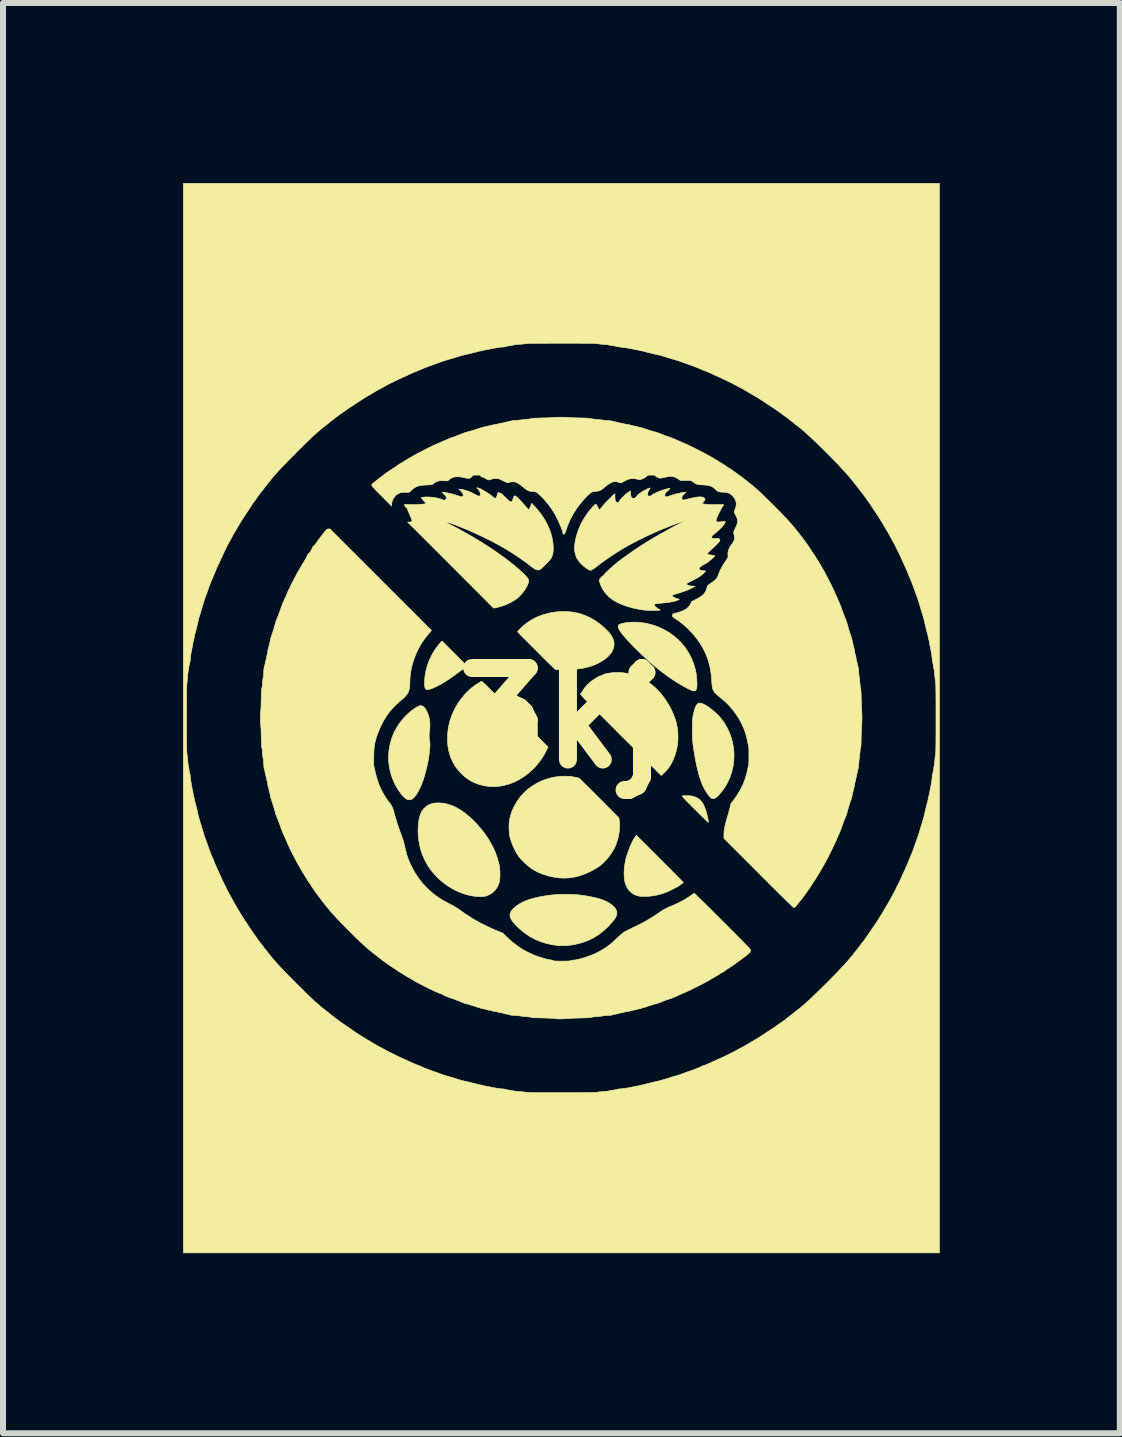
<source format=kicad_pcb>
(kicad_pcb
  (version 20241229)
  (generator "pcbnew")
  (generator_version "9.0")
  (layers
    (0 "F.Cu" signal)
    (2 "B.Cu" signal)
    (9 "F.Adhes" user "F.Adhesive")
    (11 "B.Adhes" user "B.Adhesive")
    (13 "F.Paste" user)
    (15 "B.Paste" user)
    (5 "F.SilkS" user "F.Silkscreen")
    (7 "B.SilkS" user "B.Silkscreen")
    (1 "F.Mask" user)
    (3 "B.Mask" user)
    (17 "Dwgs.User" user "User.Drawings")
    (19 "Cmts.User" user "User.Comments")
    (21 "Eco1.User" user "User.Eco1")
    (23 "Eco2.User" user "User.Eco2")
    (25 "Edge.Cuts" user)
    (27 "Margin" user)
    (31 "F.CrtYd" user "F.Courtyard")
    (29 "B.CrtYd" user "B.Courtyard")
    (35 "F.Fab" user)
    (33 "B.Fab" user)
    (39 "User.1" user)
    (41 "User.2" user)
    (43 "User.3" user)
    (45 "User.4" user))
  (footprint "3kj"
    (layer "F.Cu")
    (at 6.304 8.915)
    (property "Reference" "3kj" (at 0 0 0) (layer "F.SilkS") (effects (font (size 1.524 1.524) (thickness 0.3))))
    (attr through_hole)
    (fp_poly (pts (xy 2.1 1.293) (xy 2.128 1.294) (xy 2.155 1.296) (xy 2.178 1.299) (xy 2.194 1.302) (xy 2.237 1.317) (xy 2.275 1.337) (xy 2.309 1.363) (xy 2.338 1.396) (xy 2.364 1.436) (xy 2.386 1.483) (xy 2.407 1.54) (xy 2.423 1.598) (xy 2.43 1.627) (xy 2.437 1.657) (xy 2.442 1.684) (xy 2.446 1.708) (xy 2.448 1.726) (xy 2.448 1.736) (xy 2.448 1.737) (xy 2.444 1.734) (xy 2.434 1.725) (xy 2.417 1.71) (xy 2.396 1.69) (xy 2.37 1.664) (xy 2.339 1.635) (xy 2.305 1.601) (xy 2.269 1.565) (xy 2.23 1.526) (xy 2.225 1.522) (xy 2.179 1.476) (xy 2.14 1.436) (xy 2.107 1.403) (xy 2.08 1.376) (xy 2.059 1.353) (xy 2.042 1.335) (xy 2.029 1.322) (xy 2.021 1.311) (xy 2.016 1.304) (xy 2.013 1.3) (xy 2.014 1.297) (xy 2.014 1.297) (xy 2.027 1.294) (xy 2.046 1.293) (xy 2.071 1.293) (xy 2.1 1.293)) (stroke (width 0.01) (type solid)) (fill yes) (layer "F.SilkS"))
    (fp_poly (pts (xy -1.785 -1.08) (xy -1.747 -1.042) (xy -1.712 -1.006) (xy -1.679 -0.973) (xy -1.65 -0.944) (xy -1.625 -0.918) (xy -1.605 -0.897) (xy -1.591 -0.882) (xy -1.583 -0.872) (xy -1.581 -0.869) (xy -1.586 -0.863) (xy -1.598 -0.852) (xy -1.617 -0.837) (xy -1.641 -0.818) (xy -1.669 -0.796) (xy -1.701 -0.773) (xy -1.734 -0.748) (xy -1.769 -0.723) (xy -1.803 -0.698) (xy -1.837 -0.674) (xy -1.869 -0.652) (xy -1.89 -0.638) (xy -1.932 -0.61) (xy -1.976 -0.584) (xy -2.02 -0.559) (xy -2.064 -0.536) (xy -2.105 -0.516) (xy -2.143 -0.499) (xy -2.177 -0.486) (xy -2.205 -0.477) (xy -2.226 -0.473) (xy -2.23 -0.472) (xy -2.244 -0.476) (xy -2.258 -0.484) (xy -2.258 -0.484) (xy -2.268 -0.496) (xy -2.275 -0.513) (xy -2.279 -0.537) (xy -2.281 -0.569) (xy -2.281 -0.58) (xy -2.276 -0.674) (xy -2.262 -0.768) (xy -2.238 -0.861) (xy -2.206 -0.952) (xy -2.166 -1.04) (xy -2.118 -1.124) (xy -2.063 -1.202) (xy -2.017 -1.256) (xy -1.99 -1.285) (xy -1.785 -1.08)) (stroke (width 0.01) (type solid)) (fill yes) (layer "F.SilkS"))
    (fp_poly (pts (xy 1.282 -1.598) (xy 1.308 -1.595) (xy 1.412 -1.58) (xy 1.512 -1.555) (xy 1.608 -1.522) (xy 1.698 -1.481) (xy 1.784 -1.432) (xy 1.864 -1.376) (xy 1.938 -1.314) (xy 2.006 -1.245) (xy 2.066 -1.17) (xy 2.119 -1.089) (xy 2.165 -1.003) (xy 2.201 -0.912) (xy 2.23 -0.817) (xy 2.24 -0.77) (xy 2.247 -0.731) (xy 2.252 -0.689) (xy 2.256 -0.646) (xy 2.258 -0.604) (xy 2.259 -0.566) (xy 2.259 -0.533) (xy 2.257 -0.516) (xy 2.251 -0.487) (xy 2.241 -0.466) (xy 2.227 -0.455) (xy 2.208 -0.452) (xy 2.183 -0.457) (xy 2.164 -0.464) (xy 2.14 -0.475) (xy 2.109 -0.49) (xy 2.074 -0.509) (xy 2.035 -0.53) (xy 1.995 -0.553) (xy 1.961 -0.573) (xy 1.862 -0.635) (xy 1.765 -0.702) (xy 1.668 -0.774) (xy 1.57 -0.852) (xy 1.47 -0.938) (xy 1.368 -1.032) (xy 1.282 -1.114) (xy 1.215 -1.181) (xy 1.155 -1.241) (xy 1.104 -1.296) (xy 1.06 -1.345) (xy 1.023 -1.388) (xy 0.994 -1.427) (xy 0.971 -1.46) (xy 0.956 -1.488) (xy 0.947 -1.512) (xy 0.946 -1.532) (xy 0.95 -1.547) (xy 0.956 -1.554) (xy 0.972 -1.564) (xy 0.996 -1.573) (xy 1.027 -1.581) (xy 1.064 -1.588) (xy 1.105 -1.593) (xy 1.149 -1.597) (xy 1.194 -1.599) (xy 1.239 -1.599) (xy 1.282 -1.598)) (stroke (width 0.01) (type solid)) (fill yes) (layer "F.SilkS"))
    (fp_poly (pts (xy 1.64 2.342) (xy 1.692 2.394) (xy 1.743 2.445) (xy 1.791 2.493) (xy 1.836 2.538) (xy 1.877 2.58) (xy 1.915 2.618) (xy 1.948 2.651) (xy 1.976 2.68) (xy 1.999 2.704) (xy 2.016 2.721) (xy 2.028 2.733) (xy 2.032 2.738) (xy 2.032 2.738) (xy 2.028 2.744) (xy 2.021 2.749) (xy 2.01 2.756) (xy 1.996 2.766) (xy 1.987 2.774) (xy 1.971 2.786) (xy 1.951 2.8) (xy 1.929 2.812) (xy 1.926 2.813) (xy 1.904 2.825) (xy 1.877 2.839) (xy 1.85 2.853) (xy 1.839 2.859) (xy 1.764 2.895) (xy 1.683 2.924) (xy 1.6 2.947) (xy 1.515 2.962) (xy 1.431 2.971) (xy 1.349 2.971) (xy 1.303 2.967) (xy 1.253 2.956) (xy 1.207 2.936) (xy 1.165 2.908) (xy 1.128 2.872) (xy 1.097 2.829) (xy 1.073 2.779) (xy 1.072 2.776) (xy 1.064 2.753) (xy 1.058 2.731) (xy 1.054 2.707) (xy 1.05 2.679) (xy 1.047 2.643) (xy 1.046 2.641) (xy 1.044 2.57) (xy 1.049 2.493) (xy 1.06 2.415) (xy 1.076 2.337) (xy 1.087 2.301) (xy 1.101 2.257) (xy 1.117 2.211) (xy 1.135 2.165) (xy 1.153 2.122) (xy 1.17 2.082) (xy 1.187 2.048) (xy 1.203 2.02) (xy 1.215 2.002) (xy 1.224 1.989) (xy 1.234 1.973) (xy 1.237 1.969) (xy 1.248 1.95) (xy 1.64 2.342)) (stroke (width 0.01) (type solid)) (fill yes) (layer "F.SilkS"))
    (fp_poly (pts (xy -2.32 -0.203) (xy -2.296 -0.189) (xy -2.273 -0.165) (xy -2.251 -0.13) (xy -2.24 -0.109) (xy -2.215 -0.046) (xy -2.198 0.022) (xy -2.191 0.093) (xy -2.192 0.166) (xy -2.197 0.206) (xy -2.203 0.267) (xy -2.203 0.324) (xy -2.197 0.373) (xy -2.193 0.399) (xy -2.191 0.424) (xy -2.19 0.45) (xy -2.191 0.48) (xy -2.194 0.515) (xy -2.197 0.553) (xy -2.216 0.69) (xy -2.245 0.828) (xy -2.282 0.966) (xy -2.299 1.02) (xy -2.322 1.083) (xy -2.346 1.142) (xy -2.371 1.195) (xy -2.397 1.243) (xy -2.424 1.283) (xy -2.45 1.316) (xy -2.475 1.34) (xy -2.496 1.353) (xy -2.52 1.36) (xy -2.547 1.36) (xy -2.571 1.355) (xy -2.574 1.354) (xy -2.594 1.342) (xy -2.618 1.321) (xy -2.644 1.294) (xy -2.671 1.261) (xy -2.698 1.224) (xy -2.726 1.184) (xy -2.751 1.141) (xy -2.775 1.099) (xy -2.781 1.085) (xy -2.82 0.993) (xy -2.849 0.9) (xy -2.869 0.805) (xy -2.879 0.709) (xy -2.88 0.614) (xy -2.871 0.519) (xy -2.853 0.426) (xy -2.826 0.334) (xy -2.791 0.246) (xy -2.746 0.16) (xy -2.693 0.079) (xy -2.631 0.002) (xy -2.591 -0.041) (xy -2.557 -0.073) (xy -2.522 -0.104) (xy -2.486 -0.132) (xy -2.451 -0.157) (xy -2.419 -0.178) (xy -2.39 -0.194) (xy -2.365 -0.204) (xy -2.346 -0.208) (xy -2.346 -0.208) (xy -2.32 -0.203)) (stroke (width 0.01) (type solid)) (fill yes) (layer "F.SilkS"))
    (fp_poly (pts (xy -1.33 -0.612) (xy -1.326 -0.61) (xy -1.32 -0.606) (xy -1.312 -0.599) (xy -1.301 -0.59) (xy -1.287 -0.577) (xy -1.27 -0.561) (xy -1.249 -0.541) (xy -1.225 -0.517) (xy -1.196 -0.489) (xy -1.163 -0.456) (xy -1.125 -0.419) (xy -1.081 -0.376) (xy -1.032 -0.327) (xy -0.977 -0.272) (xy -0.916 -0.211) (xy -0.849 -0.144) (xy -0.774 -0.07) (xy -0.772 -0.068) (xy -0.224 0.481) (xy -0.241 0.519) (xy -0.277 0.591) (xy -0.321 0.664) (xy -0.373 0.736) (xy -0.43 0.805) (xy -0.47 0.846) (xy -0.543 0.913) (xy -0.621 0.972) (xy -0.702 1.023) (xy -0.785 1.065) (xy -0.871 1.098) (xy -0.959 1.122) (xy -1.047 1.137) (xy -1.135 1.142) (xy -1.217 1.137) (xy -1.303 1.124) (xy -1.384 1.102) (xy -1.46 1.072) (xy -1.532 1.033) (xy -1.6 0.985) (xy -1.664 0.927) (xy -1.669 0.922) (xy -1.724 0.861) (xy -1.771 0.798) (xy -1.81 0.731) (xy -1.843 0.658) (xy -1.853 0.63) (xy -1.876 0.55) (xy -1.891 0.466) (xy -1.898 0.378) (xy -1.897 0.288) (xy -1.889 0.196) (xy -1.872 0.105) (xy -1.857 0.047) (xy -1.824 -0.05) (xy -1.782 -0.144) (xy -1.731 -0.234) (xy -1.673 -0.318) (xy -1.608 -0.397) (xy -1.536 -0.469) (xy -1.491 -0.508) (xy -1.47 -0.524) (xy -1.446 -0.541) (xy -1.42 -0.559) (xy -1.395 -0.576) (xy -1.372 -0.591) (xy -1.352 -0.603) (xy -1.338 -0.611) (xy -1.332 -0.613) (xy -1.33 -0.612)) (stroke (width 0.01) (type solid)) (fill yes) (layer "F.SilkS"))
    (fp_poly (pts (xy -2.009 1.415) (xy -1.972 1.418) (xy -1.94 1.423) (xy -1.931 1.425) (xy -1.862 1.443) (xy -1.795 1.469) (xy -1.728 1.503) (xy -1.66 1.544) (xy -1.592 1.594) (xy -1.523 1.653) (xy -1.451 1.721) (xy -1.43 1.743) (xy -1.349 1.833) (xy -1.276 1.926) (xy -1.211 2.022) (xy -1.155 2.121) (xy -1.107 2.221) (xy -1.07 2.323) (xy -1.041 2.425) (xy -1.033 2.466) (xy -1.029 2.496) (xy -1.026 2.532) (xy -1.024 2.572) (xy -1.024 2.613) (xy -1.025 2.653) (xy -1.028 2.689) (xy -1.032 2.717) (xy -1.033 2.723) (xy -1.05 2.777) (xy -1.075 2.826) (xy -1.108 2.87) (xy -1.148 2.908) (xy -1.194 2.938) (xy -1.244 2.961) (xy -1.255 2.964) (xy -1.279 2.969) (xy -1.311 2.973) (xy -1.346 2.974) (xy -1.383 2.974) (xy -1.419 2.972) (xy -1.427 2.971) (xy -1.523 2.956) (xy -1.617 2.93) (xy -1.71 2.896) (xy -1.799 2.853) (xy -1.884 2.802) (xy -1.965 2.744) (xy -2.041 2.679) (xy -2.11 2.608) (xy -2.174 2.532) (xy -2.23 2.45) (xy -2.277 2.364) (xy -2.315 2.279) (xy -2.341 2.202) (xy -2.361 2.122) (xy -2.376 2.04) (xy -2.385 1.958) (xy -2.389 1.877) (xy -2.386 1.798) (xy -2.378 1.724) (xy -2.365 1.655) (xy -2.347 1.599) (xy -2.324 1.551) (xy -2.293 1.509) (xy -2.254 1.473) (xy -2.21 1.445) (xy -2.16 1.425) (xy -2.141 1.419) (xy -2.116 1.416) (xy -2.084 1.414) (xy -2.047 1.413) (xy -2.009 1.415)) (stroke (width 0.01) (type solid)) (fill yes) (layer "F.SilkS"))
    (fp_poly (pts (xy 0.143 2.936) (xy 0.21 2.939) (xy 0.274 2.944) (xy 0.338 2.951) (xy 0.405 2.961) (xy 0.477 2.974) (xy 0.506 2.98) (xy 0.583 2.997) (xy 0.652 3.016) (xy 0.712 3.038) (xy 0.764 3.062) (xy 0.81 3.089) (xy 0.85 3.12) (xy 0.881 3.149) (xy 0.903 3.177) (xy 0.917 3.204) (xy 0.924 3.232) (xy 0.924 3.249) (xy 0.922 3.272) (xy 0.916 3.295) (xy 0.904 3.32) (xy 0.886 3.348) (xy 0.862 3.38) (xy 0.852 3.391) (xy 0.783 3.469) (xy 0.708 3.539) (xy 0.628 3.601) (xy 0.545 3.654) (xy 0.46 3.698) (xy 0.459 3.698) (xy 0.38 3.729) (xy 0.297 3.754) (xy 0.212 3.774) (xy 0.127 3.786) (xy 0.044 3.792) (xy -0.035 3.79) (xy -0.041 3.79) (xy -0.148 3.777) (xy -0.251 3.755) (xy -0.348 3.724) (xy -0.441 3.685) (xy -0.53 3.637) (xy -0.614 3.579) (xy -0.694 3.513) (xy -0.726 3.483) (xy -0.764 3.444) (xy -0.794 3.411) (xy -0.818 3.381) (xy -0.835 3.355) (xy -0.847 3.331) (xy -0.849 3.327) (xy -0.857 3.294) (xy -0.855 3.261) (xy -0.844 3.229) (xy -0.823 3.196) (xy -0.792 3.164) (xy -0.751 3.13) (xy -0.748 3.128) (xy -0.697 3.094) (xy -0.641 3.064) (xy -0.581 3.038) (xy -0.514 3.015) (xy -0.44 2.995) (xy -0.357 2.977) (xy -0.348 2.975) (xy -0.263 2.96) (xy -0.182 2.949) (xy -0.102 2.941) (xy -0.02 2.937) (xy 0.068 2.936) (xy 0.069 2.936) (xy 0.143 2.936)) (stroke (width 0.01) (type solid)) (fill yes) (layer "F.SilkS"))
    (fp_poly (pts (xy 2.328 -0.248) (xy 2.333 -0.247) (xy 2.365 -0.234) (xy 2.402 -0.215) (xy 2.443 -0.19) (xy 2.485 -0.159) (xy 2.527 -0.126) (xy 2.569 -0.089) (xy 2.608 -0.051) (xy 2.644 -0.013) (xy 2.657 0.002) (xy 2.714 0.08) (xy 2.762 0.162) (xy 2.802 0.247) (xy 2.834 0.336) (xy 2.856 0.426) (xy 2.871 0.518) (xy 2.876 0.61) (xy 2.873 0.702) (xy 2.862 0.794) (xy 2.842 0.884) (xy 2.814 0.972) (xy 2.777 1.057) (xy 2.732 1.138) (xy 2.679 1.215) (xy 2.623 1.28) (xy 2.599 1.305) (xy 2.579 1.322) (xy 2.561 1.333) (xy 2.545 1.339) (xy 2.527 1.341) (xy 2.525 1.341) (xy 2.512 1.34) (xy 2.5 1.335) (xy 2.487 1.325) (xy 2.481 1.32) (xy 2.465 1.302) (xy 2.446 1.278) (xy 2.425 1.249) (xy 2.404 1.216) (xy 2.385 1.183) (xy 2.368 1.151) (xy 2.365 1.146) (xy 2.342 1.094) (xy 2.319 1.032) (xy 2.297 0.962) (xy 2.276 0.886) (xy 2.256 0.804) (xy 2.238 0.717) (xy 2.223 0.632) (xy 2.213 0.573) (xy 2.205 0.522) (xy 2.198 0.478) (xy 2.193 0.439) (xy 2.189 0.403) (xy 2.186 0.368) (xy 2.184 0.334) (xy 2.183 0.297) (xy 2.182 0.258) (xy 2.182 0.213) (xy 2.182 0.196) (xy 2.182 0.143) (xy 2.183 0.099) (xy 2.183 0.062) (xy 2.185 0.031) (xy 2.188 0.003) (xy 2.191 -0.023) (xy 2.195 -0.048) (xy 2.201 -0.074) (xy 2.208 -0.103) (xy 2.21 -0.109) (xy 2.223 -0.155) (xy 2.236 -0.191) (xy 2.251 -0.218) (xy 2.267 -0.237) (xy 2.284 -0.248) (xy 2.305 -0.251) (xy 2.328 -0.248)) (stroke (width 0.01) (type solid)) (fill yes) (layer "F.SilkS"))
    (fp_poly (pts (xy 0.107 -1.775) (xy 0.204 -1.764) (xy 0.298 -1.744) (xy 0.389 -1.713) (xy 0.478 -1.673) (xy 0.564 -1.623) (xy 0.647 -1.563) (xy 0.684 -1.533) (xy 0.737 -1.484) (xy 0.782 -1.439) (xy 0.817 -1.396) (xy 0.844 -1.354) (xy 0.863 -1.314) (xy 0.874 -1.274) (xy 0.877 -1.251) (xy 0.876 -1.203) (xy 0.865 -1.157) (xy 0.845 -1.111) (xy 0.814 -1.067) (xy 0.775 -1.024) (xy 0.727 -0.984) (xy 0.669 -0.946) (xy 0.618 -0.917) (xy 0.54 -0.882) (xy 0.457 -0.854) (xy 0.368 -0.833) (xy 0.271 -0.818) (xy 0.229 -0.813) (xy 0.207 -0.812) (xy 0.179 -0.81) (xy 0.145 -0.809) (xy 0.108 -0.808) (xy 0.069 -0.807) (xy 0.031 -0.806) (xy -0.005 -0.806) (xy -0.038 -0.806) (xy -0.064 -0.806) (xy -0.082 -0.807) (xy -0.084 -0.807) (xy -0.088 -0.807) (xy -0.092 -0.809) (xy -0.097 -0.811) (xy -0.103 -0.815) (xy -0.111 -0.821) (xy -0.121 -0.83) (xy -0.134 -0.842) (xy -0.15 -0.857) (xy -0.17 -0.876) (xy -0.194 -0.899) (xy -0.222 -0.927) (xy -0.256 -0.96) (xy -0.295 -0.999) (xy -0.34 -1.044) (xy -0.391 -1.095) (xy -0.418 -1.122) (xy -0.465 -1.169) (xy -0.509 -1.213) (xy -0.551 -1.256) (xy -0.59 -1.295) (xy -0.626 -1.33) (xy -0.657 -1.361) (xy -0.683 -1.388) (xy -0.704 -1.41) (xy -0.72 -1.425) (xy -0.729 -1.435) (xy -0.731 -1.438) (xy -0.728 -1.443) (xy -0.72 -1.453) (xy -0.707 -1.468) (xy -0.696 -1.48) (xy -0.63 -1.543) (xy -0.558 -1.599) (xy -0.479 -1.648) (xy -0.395 -1.69) (xy -0.304 -1.723) (xy -0.209 -1.749) (xy -0.109 -1.767) (xy -0.004 -1.776) (xy 0.008 -1.776) (xy 0.107 -1.775)) (stroke (width 0.01) (type solid)) (fill yes) (layer "F.SilkS"))
    (fp_poly (pts (xy 0.153 0.972) (xy 0.236 0.986) (xy 0.259 0.991) (xy 0.279 0.996) (xy 0.293 1.001) (xy 0.298 1.003) (xy 0.303 1.008) (xy 0.315 1.019) (xy 0.333 1.036) (xy 0.356 1.059) (xy 0.383 1.086) (xy 0.415 1.118) (xy 0.45 1.152) (xy 0.488 1.19) (xy 0.528 1.23) (xy 0.569 1.271) (xy 0.611 1.313) (xy 0.654 1.355) (xy 0.696 1.397) (xy 0.736 1.438) (xy 0.776 1.478) (xy 0.813 1.515) (xy 0.846 1.549) (xy 0.877 1.58) (xy 0.903 1.606) (xy 0.924 1.628) (xy 0.94 1.644) (xy 0.95 1.654) (xy 0.952 1.658) (xy 0.959 1.674) (xy 0.964 1.698) (xy 0.967 1.729) (xy 0.969 1.766) (xy 0.969 1.805) (xy 0.967 1.846) (xy 0.964 1.887) (xy 0.959 1.926) (xy 0.955 1.948) (xy 0.946 1.988) (xy 0.935 2.03) (xy 0.921 2.072) (xy 0.908 2.111) (xy 0.893 2.145) (xy 0.88 2.172) (xy 0.877 2.176) (xy 0.865 2.197) (xy 0.852 2.219) (xy 0.841 2.238) (xy 0.841 2.238) (xy 0.83 2.256) (xy 0.815 2.277) (xy 0.8 2.297) (xy 0.8 2.297) (xy 0.761 2.344) (xy 0.725 2.384) (xy 0.69 2.419) (xy 0.655 2.45) (xy 0.616 2.478) (xy 0.573 2.505) (xy 0.524 2.533) (xy 0.48 2.556) (xy 0.392 2.596) (xy 0.307 2.627) (xy 0.222 2.648) (xy 0.137 2.661) (xy 0.051 2.666) (xy -0.038 2.662) (xy -0.043 2.661) (xy -0.108 2.653) (xy -0.176 2.639) (xy -0.245 2.621) (xy -0.313 2.599) (xy -0.375 2.575) (xy -0.409 2.559) (xy -0.462 2.529) (xy -0.517 2.492) (xy -0.571 2.449) (xy -0.623 2.402) (xy -0.67 2.354) (xy -0.71 2.305) (xy -0.718 2.294) (xy -0.749 2.246) (xy -0.779 2.19) (xy -0.807 2.13) (xy -0.831 2.068) (xy -0.851 2.008) (xy -0.861 1.966) (xy -0.866 1.935) (xy -0.87 1.896) (xy -0.872 1.853) (xy -0.873 1.809) (xy -0.872 1.767) (xy -0.869 1.729) (xy -0.866 1.706) (xy -0.848 1.624) (xy -0.82 1.542) (xy -0.783 1.463) (xy -0.739 1.386) (xy -0.687 1.314) (xy -0.629 1.249) (xy -0.624 1.244) (xy -0.554 1.181) (xy -0.477 1.125) (xy -0.396 1.078) (xy -0.31 1.038) (xy -0.221 1.007) (xy -0.129 0.985) (xy -0.035 0.971) (xy 0.059 0.967) (xy 0.153 0.972)) (stroke (width 0.01) (type solid)) (fill yes) (layer "F.SilkS"))
    (fp_poly (pts (xy 1.007 -0.758) (xy 1.092 -0.746) (xy 1.178 -0.725) (xy 1.267 -0.695) (xy 1.267 -0.695) (xy 1.353 -0.656) (xy 1.434 -0.608) (xy 1.512 -0.552) (xy 1.586 -0.486) (xy 1.654 -0.413) (xy 1.718 -0.331) (xy 1.777 -0.241) (xy 1.819 -0.166) (xy 1.858 -0.083) (xy 1.89 -0.003) (xy 1.914 0.078) (xy 1.932 0.162) (xy 1.934 0.17) (xy 1.938 0.209) (xy 1.941 0.254) (xy 1.942 0.303) (xy 1.942 0.352) (xy 1.939 0.399) (xy 1.935 0.44) (xy 1.933 0.449) (xy 1.917 0.533) (xy 1.894 0.613) (xy 1.865 0.688) (xy 1.832 0.756) (xy 1.795 0.818) (xy 1.783 0.833) (xy 1.772 0.847) (xy 1.757 0.864) (xy 1.739 0.883) (xy 1.721 0.902) (xy 1.702 0.921) (xy 1.686 0.936) (xy 1.673 0.948) (xy 1.664 0.954) (xy 1.663 0.955) (xy 1.659 0.952) (xy 1.648 0.941) (xy 1.631 0.924) (xy 1.607 0.901) (xy 1.578 0.872) (xy 1.544 0.838) (xy 1.504 0.799) (xy 1.46 0.755) (xy 1.411 0.707) (xy 1.358 0.654) (xy 1.302 0.598) (xy 1.243 0.539) (xy 1.18 0.476) (xy 1.115 0.411) (xy 1.048 0.344) (xy 0.986 0.283) (xy 0.905 0.201) (xy 0.83 0.126) (xy 0.762 0.058) (xy 0.7 -0.004) (xy 0.644 -0.06) (xy 0.594 -0.111) (xy 0.549 -0.156) (xy 0.509 -0.196) (xy 0.474 -0.231) (xy 0.444 -0.262) (xy 0.418 -0.289) (xy 0.395 -0.312) (xy 0.376 -0.331) (xy 0.361 -0.348) (xy 0.348 -0.361) (xy 0.339 -0.372) (xy 0.331 -0.381) (xy 0.326 -0.387) (xy 0.322 -0.392) (xy 0.32 -0.396) (xy 0.32 -0.399) (xy 0.32 -0.401) (xy 0.32 -0.402) (xy 0.327 -0.413) (xy 0.337 -0.428) (xy 0.341 -0.434) (xy 0.351 -0.448) (xy 0.364 -0.467) (xy 0.377 -0.488) (xy 0.38 -0.493) (xy 0.401 -0.52) (xy 0.427 -0.55) (xy 0.457 -0.58) (xy 0.487 -0.606) (xy 0.515 -0.627) (xy 0.517 -0.628) (xy 0.536 -0.64) (xy 0.559 -0.655) (xy 0.581 -0.67) (xy 0.583 -0.671) (xy 0.602 -0.683) (xy 0.62 -0.692) (xy 0.633 -0.698) (xy 0.636 -0.699) (xy 0.65 -0.703) (xy 0.668 -0.71) (xy 0.681 -0.716) (xy 0.705 -0.727) (xy 0.729 -0.736) (xy 0.757 -0.743) (xy 0.789 -0.749) (xy 0.83 -0.754) (xy 0.835 -0.755) (xy 0.922 -0.761) (xy 1.007 -0.758)) (stroke (width 0.01) (type solid)) (fill yes) (layer "F.SilkS"))
    (fp_poly (pts (xy -1.404 -3.839) (xy -1.399 -3.838) (xy -1.354 -3.823) (xy -1.31 -3.8) (xy -1.297 -3.792) (xy -1.28 -3.781) (xy -1.266 -3.773) (xy -1.258 -3.769) (xy -1.257 -3.769) (xy -1.249 -3.766) (xy -1.238 -3.758) (xy -1.234 -3.754) (xy -1.222 -3.745) (xy -1.214 -3.739) (xy -1.212 -3.739) (xy -1.205 -3.736) (xy -1.193 -3.727) (xy -1.179 -3.716) (xy -1.177 -3.714) (xy -1.15 -3.691) (xy -1.129 -3.676) (xy -1.113 -3.667) (xy -1.1 -3.664) (xy -1.091 -3.667) (xy -1.085 -3.673) (xy -1.08 -3.685) (xy -1.074 -3.702) (xy -1.071 -3.714) (xy -1.066 -3.736) (xy -1.061 -3.75) (xy -1.054 -3.756) (xy -1.043 -3.755) (xy -1.025 -3.75) (xy -1.023 -3.749) (xy -1.011 -3.745) (xy -1.001 -3.739) (xy -0.989 -3.731) (xy -0.976 -3.72) (xy -0.959 -3.703) (xy -0.937 -3.681) (xy -0.931 -3.675) (xy -0.904 -3.648) (xy -0.883 -3.628) (xy -0.866 -3.614) (xy -0.853 -3.606) (xy -0.842 -3.602) (xy -0.838 -3.602) (xy -0.829 -3.606) (xy -0.82 -3.618) (xy -0.812 -3.635) (xy -0.807 -3.649) (xy -0.8 -3.675) (xy -0.793 -3.692) (xy -0.784 -3.701) (xy -0.773 -3.703) (xy -0.766 -3.702) (xy -0.758 -3.697) (xy -0.746 -3.687) (xy -0.73 -3.672) (xy -0.708 -3.651) (xy -0.701 -3.644) (xy -0.676 -3.618) (xy -0.65 -3.589) (xy -0.624 -3.56) (xy -0.602 -3.535) (xy -0.597 -3.529) (xy -0.581 -3.51) (xy -0.567 -3.493) (xy -0.556 -3.481) (xy -0.549 -3.475) (xy -0.549 -3.475) (xy -0.542 -3.479) (xy -0.534 -3.491) (xy -0.524 -3.507) (xy -0.515 -3.526) (xy -0.508 -3.544) (xy -0.504 -3.56) (xy -0.503 -3.567) (xy -0.501 -3.575) (xy -0.498 -3.576) (xy -0.49 -3.573) (xy -0.481 -3.564) (xy -0.472 -3.555) (xy -0.467 -3.547) (xy -0.467 -3.546) (xy -0.463 -3.541) (xy -0.457 -3.538) (xy -0.45 -3.533) (xy -0.438 -3.52) (xy -0.422 -3.502) (xy -0.403 -3.48) (xy -0.383 -3.454) (xy -0.361 -3.427) (xy -0.34 -3.399) (xy -0.321 -3.372) (xy -0.304 -3.348) (xy -0.279 -3.308) (xy -0.254 -3.263) (xy -0.23 -3.215) (xy -0.208 -3.167) (xy -0.19 -3.123) (xy -0.181 -3.098) (xy -0.163 -3.036) (xy -0.149 -2.973) (xy -0.14 -2.911) (xy -0.136 -2.852) (xy -0.136 -2.797) (xy -0.141 -2.748) (xy -0.148 -2.72) (xy -0.155 -2.699) (xy -0.163 -2.68) (xy -0.174 -2.661) (xy -0.189 -2.64) (xy -0.208 -2.617) (xy -0.234 -2.59) (xy -0.265 -2.559) (xy -0.289 -2.535) (xy -0.311 -2.514) (xy -0.331 -2.496) (xy -0.346 -2.483) (xy -0.356 -2.475) (xy -0.358 -2.474) (xy -0.38 -2.469) (xy -0.405 -2.47) (xy -0.428 -2.476) (xy -0.428 -2.476) (xy -0.439 -2.482) (xy -0.456 -2.493) (xy -0.474 -2.506) (xy -0.483 -2.512) (xy -0.594 -2.597) (xy -0.703 -2.674) (xy -0.811 -2.746) (xy -0.921 -2.814) (xy -1.036 -2.88) (xy -1.157 -2.945) (xy -1.219 -2.977) (xy -1.271 -3.002) (xy -1.326 -3.029) (xy -1.383 -3.055) (xy -1.441 -3.082) (xy -1.499 -3.108) (xy -1.557 -3.133) (xy -1.613 -3.157) (xy -1.667 -3.179) (xy -1.717 -3.199) (xy -1.764 -3.218) (xy -1.805 -3.233) (xy -1.841 -3.245) (xy -1.869 -3.254) (xy -1.891 -3.26) (xy -1.902 -3.261) (xy -1.923 -3.261) (xy -1.892 -3.245) (xy -1.764 -3.179) (xy -1.638 -3.11) (xy -1.515 -3.04) (xy -1.395 -2.969) (xy -1.279 -2.897) (xy -1.168 -2.825) (xy -1.063 -2.753) (xy -0.963 -2.682) (xy -0.871 -2.612) (xy -0.785 -2.544) (xy -0.707 -2.478) (xy -0.638 -2.414) (xy -0.593 -2.368) (xy -0.571 -2.344) (xy -0.556 -2.324) (xy -0.548 -2.306) (xy -0.545 -2.289) (xy -0.547 -2.27) (xy -0.551 -2.257) (xy -0.571 -2.205) (xy -0.6 -2.152) (xy -0.636 -2.101) (xy -0.677 -2.052) (xy -0.721 -2.009) (xy -0.762 -1.976) (xy -0.791 -1.958) (xy -0.827 -1.937) (xy -0.866 -1.917) (xy -0.905 -1.898) (xy -0.941 -1.883) (xy -0.943 -1.883) (xy -0.969 -1.873) (xy -0.999 -1.864) (xy -1.031 -1.855) (xy -1.06 -1.846) (xy -1.086 -1.84) (xy -1.106 -1.836) (xy -1.107 -1.836) (xy -1.13 -1.833) (xy -1.846 -2.55) (xy -2.562 -3.266) (xy -2.536 -3.266) (xy -2.512 -3.268) (xy -2.497 -3.273) (xy -2.49 -3.283) (xy -2.489 -3.29) (xy -2.491 -3.299) (xy -2.497 -3.315) (xy -2.505 -3.337) (xy -2.515 -3.361) (xy -2.517 -3.365) (xy -2.532 -3.4) (xy -2.544 -3.428) (xy -2.553 -3.448) (xy -2.559 -3.463) (xy -2.563 -3.472) (xy -2.564 -3.479) (xy -2.565 -3.482) (xy -2.564 -3.483) (xy -2.567 -3.489) (xy -2.575 -3.499) (xy -2.582 -3.505) (xy -2.598 -3.521) (xy -2.609 -3.537) (xy -2.616 -3.552) (xy -2.616 -3.556) (xy -2.613 -3.558) (xy -2.601 -3.559) (xy -2.582 -3.56) (xy -2.554 -3.559) (xy -2.516 -3.558) (xy -2.513 -3.558) (xy -2.468 -3.557) (xy -2.43 -3.557) (xy -2.397 -3.558) (xy -2.364 -3.56) (xy -2.338 -3.563) (xy -2.312 -3.566) (xy -2.288 -3.568) (xy -2.27 -3.57) (xy -2.259 -3.571) (xy -2.258 -3.571) (xy -2.256 -3.575) (xy -2.263 -3.585) (xy -2.276 -3.601) (xy -2.282 -3.607) (xy -2.304 -3.633) (xy -2.32 -3.652) (xy -2.33 -3.664) (xy -2.335 -3.672) (xy -2.336 -3.676) (xy -2.33 -3.677) (xy -2.316 -3.679) (xy -2.297 -3.681) (xy -2.282 -3.683) (xy -2.232 -3.685) (xy -2.177 -3.682) (xy -2.12 -3.675) (xy -2.064 -3.665) (xy -2.013 -3.651) (xy -1.987 -3.642) (xy -1.968 -3.634) (xy -1.956 -3.631) (xy -1.947 -3.63) (xy -1.941 -3.633) (xy -1.937 -3.635) (xy -1.924 -3.649) (xy -1.917 -3.667) (xy -1.918 -3.683) (xy -1.923 -3.692) (xy -1.933 -3.706) (xy -1.947 -3.721) (xy -1.954 -3.728) (xy -1.968 -3.743) (xy -1.979 -3.754) (xy -1.984 -3.761) (xy -1.985 -3.763) (xy -1.978 -3.763) (xy -1.964 -3.762) (xy -1.944 -3.76) (xy -1.92 -3.756) (xy -1.895 -3.752) (xy -1.87 -3.747) (xy -1.848 -3.742) (xy -1.844 -3.741) (xy -1.819 -3.734) (xy -1.788 -3.725) (xy -1.757 -3.716) (xy -1.735 -3.709) (xy -1.711 -3.701) (xy -1.688 -3.694) (xy -1.671 -3.69) (xy -1.66 -3.688) (xy -1.66 -3.688) (xy -1.646 -3.692) (xy -1.638 -3.705) (xy -1.636 -3.718) (xy -1.639 -3.732) (xy -1.649 -3.75) (xy -1.664 -3.77) (xy -1.682 -3.79) (xy -1.686 -3.794) (xy -1.709 -3.816) (xy -1.677 -3.813) (xy -1.625 -3.803) (xy -1.568 -3.786) (xy -1.509 -3.763) (xy -1.451 -3.733) (xy -1.45 -3.733) (xy -1.418 -3.715) (xy -1.393 -3.704) (xy -1.374 -3.699) (xy -1.362 -3.699) (xy -1.355 -3.705) (xy -1.354 -3.706) (xy -1.352 -3.722) (xy -1.352 -3.743) (xy -1.356 -3.763) (xy -1.359 -3.772) (xy -1.366 -3.785) (xy -1.378 -3.801) (xy -1.39 -3.815) (xy -1.403 -3.829) (xy -1.409 -3.836) (xy -1.409 -3.839) (xy -1.404 -3.839)) (stroke (width 0.01) (type solid)) (fill yes) (layer "F.SilkS"))
    (fp_poly (pts (xy 1.478 -3.832) (xy 1.473 -3.822) (xy 1.464 -3.808) (xy 1.463 -3.806) (xy 1.446 -3.777) (xy 1.438 -3.748) (xy 1.439 -3.719) (xy 1.44 -3.716) (xy 1.443 -3.704) (xy 1.449 -3.699) (xy 1.46 -3.698) (xy 1.483 -3.701) (xy 1.503 -3.71) (xy 1.518 -3.722) (xy 1.53 -3.732) (xy 1.549 -3.742) (xy 1.569 -3.752) (xy 1.573 -3.754) (xy 1.597 -3.764) (xy 1.623 -3.775) (xy 1.645 -3.784) (xy 1.646 -3.784) (xy 1.662 -3.791) (xy 1.684 -3.798) (xy 1.708 -3.805) (xy 1.734 -3.813) (xy 1.759 -3.819) (xy 1.781 -3.825) (xy 1.798 -3.828) (xy 1.808 -3.829) (xy 1.809 -3.829) (xy 1.808 -3.825) (xy 1.8 -3.816) (xy 1.788 -3.803) (xy 1.772 -3.788) (xy 1.753 -3.77) (xy 1.74 -3.757) (xy 1.732 -3.747) (xy 1.728 -3.738) (xy 1.726 -3.728) (xy 1.726 -3.728) (xy 1.724 -3.71) (xy 1.726 -3.698) (xy 1.732 -3.69) (xy 1.743 -3.687) (xy 1.76 -3.689) (xy 1.785 -3.696) (xy 1.817 -3.707) (xy 1.82 -3.708) (xy 1.87 -3.724) (xy 1.92 -3.738) (xy 1.968 -3.749) (xy 2.012 -3.758) (xy 2.042 -3.762) (xy 2.075 -3.765) (xy 2.043 -3.732) (xy 2.027 -3.716) (xy 2.017 -3.703) (xy 2.012 -3.693) (xy 2.009 -3.682) (xy 2.008 -3.675) (xy 2.007 -3.658) (xy 2.01 -3.648) (xy 2.016 -3.64) (xy 2.02 -3.637) (xy 2.024 -3.635) (xy 2.03 -3.634) (xy 2.04 -3.635) (xy 2.054 -3.638) (xy 2.073 -3.642) (xy 2.1 -3.649) (xy 2.132 -3.656) (xy 2.19 -3.67) (xy 2.239 -3.679) (xy 2.281 -3.685) (xy 2.315 -3.686) (xy 2.342 -3.684) (xy 2.363 -3.678) (xy 2.379 -3.668) (xy 2.381 -3.667) (xy 2.391 -3.654) (xy 2.392 -3.64) (xy 2.384 -3.624) (xy 2.369 -3.605) (xy 2.357 -3.592) (xy 2.351 -3.583) (xy 2.35 -3.578) (xy 2.353 -3.574) (xy 2.364 -3.57) (xy 2.383 -3.566) (xy 2.41 -3.563) (xy 2.442 -3.56) (xy 2.479 -3.558) (xy 2.518 -3.557) (xy 2.559 -3.557) (xy 2.599 -3.557) (xy 2.601 -3.558) (xy 2.636 -3.559) (xy 2.661 -3.559) (xy 2.68 -3.559) (xy 2.691 -3.559) (xy 2.698 -3.557) (xy 2.702 -3.555) (xy 2.703 -3.552) (xy 2.703 -3.552) (xy 2.699 -3.542) (xy 2.69 -3.531) (xy 2.689 -3.53) (xy 2.683 -3.522) (xy 2.673 -3.506) (xy 2.661 -3.484) (xy 2.647 -3.458) (xy 2.633 -3.43) (xy 2.619 -3.401) (xy 2.606 -3.374) (xy 2.595 -3.349) (xy 2.586 -3.329) (xy 2.583 -3.32) (xy 2.578 -3.296) (xy 2.58 -3.28) (xy 2.588 -3.27) (xy 2.591 -3.269) (xy 2.6 -3.268) (xy 2.617 -3.268) (xy 2.639 -3.269) (xy 2.664 -3.271) (xy 2.665 -3.272) (xy 2.689 -3.274) (xy 2.71 -3.275) (xy 2.724 -3.276) (xy 2.731 -3.275) (xy 2.731 -3.275) (xy 2.731 -3.269) (xy 2.726 -3.257) (xy 2.717 -3.241) (xy 2.705 -3.223) (xy 2.694 -3.208) (xy 2.673 -3.184) (xy 2.646 -3.156) (xy 2.615 -3.127) (xy 2.583 -3.098) (xy 2.557 -3.076) (xy 2.534 -3.058) (xy 2.519 -3.043) (xy 2.51 -3.032) (xy 2.506 -3.022) (xy 2.506 -3.011) (xy 2.507 -3.007) (xy 2.51 -2.991) (xy 2.562 -2.994) (xy 2.585 -2.994) (xy 2.604 -2.994) (xy 2.618 -2.993) (xy 2.622 -2.992) (xy 2.634 -2.981) (xy 2.64 -2.966) (xy 2.639 -2.956) (xy 2.633 -2.946) (xy 2.621 -2.931) (xy 2.604 -2.912) (xy 2.584 -2.89) (xy 2.561 -2.867) (xy 2.537 -2.845) (xy 2.514 -2.824) (xy 2.509 -2.821) (xy 2.488 -2.802) (xy 2.468 -2.782) (xy 2.451 -2.764) (xy 2.437 -2.748) (xy 2.43 -2.736) (xy 2.428 -2.731) (xy 2.433 -2.729) (xy 2.446 -2.725) (xy 2.464 -2.722) (xy 2.486 -2.718) (xy 2.51 -2.716) (xy 2.518 -2.715) (xy 2.538 -2.712) (xy 2.55 -2.709) (xy 2.555 -2.704) (xy 2.552 -2.696) (xy 2.541 -2.684) (xy 2.523 -2.668) (xy 2.51 -2.657) (xy 2.49 -2.64) (xy 2.47 -2.623) (xy 2.454 -2.609) (xy 2.453 -2.608) (xy 2.437 -2.595) (xy 2.415 -2.581) (xy 2.392 -2.569) (xy 2.387 -2.566) (xy 2.364 -2.554) (xy 2.342 -2.54) (xy 2.324 -2.527) (xy 2.32 -2.524) (xy 2.306 -2.512) (xy 2.299 -2.502) (xy 2.297 -2.493) (xy 2.297 -2.487) (xy 2.3 -2.476) (xy 2.306 -2.47) (xy 2.319 -2.465) (xy 2.335 -2.461) (xy 2.356 -2.457) (xy 2.372 -2.455) (xy 2.405 -2.451) (xy 2.369 -2.414) (xy 2.35 -2.396) (xy 2.331 -2.38) (xy 2.31 -2.364) (xy 2.286 -2.349) (xy 2.257 -2.332) (xy 2.221 -2.312) (xy 2.178 -2.29) (xy 2.17 -2.286) (xy 2.137 -2.27) (xy 2.113 -2.257) (xy 2.096 -2.247) (xy 2.087 -2.24) (xy 2.084 -2.233) (xy 2.087 -2.228) (xy 2.094 -2.222) (xy 2.107 -2.215) (xy 2.11 -2.214) (xy 2.128 -2.207) (xy 2.15 -2.203) (xy 2.179 -2.2) (xy 2.226 -2.197) (xy 2.188 -2.175) (xy 2.145 -2.153) (xy 2.092 -2.13) (xy 2.03 -2.107) (xy 1.959 -2.084) (xy 1.88 -2.06) (xy 1.878 -2.06) (xy 1.862 -2.055) (xy 1.853 -2.05) (xy 1.85 -2.044) (xy 1.849 -2.039) (xy 1.851 -2.032) (xy 1.857 -2.025) (xy 1.87 -2.016) (xy 1.881 -2.011) (xy 1.902 -2.001) (xy 1.924 -1.992) (xy 1.938 -1.986) (xy 1.963 -1.977) (xy 1.939 -1.966) (xy 1.914 -1.957) (xy 1.888 -1.948) (xy 1.857 -1.941) (xy 1.822 -1.934) (xy 1.781 -1.928) (xy 1.732 -1.922) (xy 1.675 -1.916) (xy 1.665 -1.915) (xy 1.631 -1.912) (xy 1.602 -1.909) (xy 1.579 -1.905) (xy 1.564 -1.902) (xy 1.557 -1.9) (xy 1.55 -1.888) (xy 1.552 -1.875) (xy 1.564 -1.858) (xy 1.586 -1.84) (xy 1.615 -1.821) (xy 1.648 -1.801) (xy 1.626 -1.797) (xy 1.607 -1.796) (xy 1.581 -1.795) (xy 1.55 -1.794) (xy 1.514 -1.794) (xy 1.478 -1.795) (xy 1.442 -1.796) (xy 1.41 -1.798) (xy 1.383 -1.8) (xy 1.369 -1.801) (xy 1.272 -1.817) (xy 1.18 -1.838) (xy 1.093 -1.862) (xy 1.013 -1.891) (xy 0.94 -1.923) (xy 0.876 -1.958) (xy 0.855 -1.972) (xy 0.798 -2.016) (xy 0.748 -2.066) (xy 0.705 -2.122) (xy 0.679 -2.164) (xy 0.669 -2.185) (xy 0.658 -2.209) (xy 0.648 -2.235) (xy 0.64 -2.259) (xy 0.633 -2.28) (xy 0.63 -2.296) (xy 0.63 -2.299) (xy 0.633 -2.307) (xy 0.641 -2.32) (xy 0.653 -2.335) (xy 0.665 -2.349) (xy 0.677 -2.36) (xy 0.685 -2.367) (xy 0.687 -2.367) (xy 0.693 -2.371) (xy 0.703 -2.38) (xy 0.713 -2.391) (xy 0.722 -2.402) (xy 0.724 -2.406) (xy 0.73 -2.413) (xy 0.742 -2.425) (xy 0.76 -2.442) (xy 0.782 -2.462) (xy 0.806 -2.485) (xy 0.833 -2.508) (xy 0.859 -2.532) (xy 0.885 -2.555) (xy 0.909 -2.575) (xy 0.93 -2.593) (xy 0.935 -2.597) (xy 0.975 -2.628) (xy 1.022 -2.663) (xy 1.075 -2.701) (xy 1.132 -2.741) (xy 1.192 -2.783) (xy 1.253 -2.824) (xy 1.315 -2.865) (xy 1.374 -2.903) (xy 1.412 -2.927) (xy 1.458 -2.955) (xy 1.509 -2.986) (xy 1.564 -3.018) (xy 1.622 -3.052) (xy 1.681 -3.085) (xy 1.74 -3.118) (xy 1.797 -3.15) (xy 1.851 -3.18) (xy 1.9 -3.206) (xy 1.944 -3.228) (xy 1.972 -3.243) (xy 1.999 -3.256) (xy 2.016 -3.266) (xy 2.025 -3.272) (xy 2.026 -3.276) (xy 2.021 -3.277) (xy 2.013 -3.275) (xy 1.997 -3.269) (xy 1.973 -3.261) (xy 1.944 -3.25) (xy 1.909 -3.238) (xy 1.871 -3.223) (xy 1.83 -3.207) (xy 1.787 -3.19) (xy 1.744 -3.173) (xy 1.702 -3.156) (xy 1.661 -3.139) (xy 1.623 -3.124) (xy 1.603 -3.115) (xy 1.551 -3.093) (xy 1.494 -3.066) (xy 1.432 -3.038) (xy 1.369 -3.007) (xy 1.306 -2.976) (xy 1.245 -2.945) (xy 1.188 -2.916) (xy 1.136 -2.888) (xy 1.096 -2.866) (xy 0.981 -2.798) (xy 0.868 -2.726) (xy 0.759 -2.652) (xy 0.655 -2.578) (xy 0.599 -2.535) (xy 0.567 -2.51) (xy 0.541 -2.491) (xy 0.521 -2.478) (xy 0.505 -2.469) (xy 0.492 -2.464) (xy 0.48 -2.464) (xy 0.469 -2.466) (xy 0.457 -2.472) (xy 0.453 -2.474) (xy 0.429 -2.488) (xy 0.402 -2.507) (xy 0.373 -2.53) (xy 0.344 -2.555) (xy 0.32 -2.579) (xy 0.317 -2.582) (xy 0.282 -2.625) (xy 0.254 -2.671) (xy 0.235 -2.719) (xy 0.223 -2.772) (xy 0.218 -2.829) (xy 0.221 -2.891) (xy 0.232 -2.959) (xy 0.25 -3.033) (xy 0.254 -3.048) (xy 0.287 -3.147) (xy 0.33 -3.244) (xy 0.382 -3.336) (xy 0.441 -3.423) (xy 0.507 -3.504) (xy 0.528 -3.527) (xy 0.544 -3.543) (xy 0.558 -3.556) (xy 0.569 -3.564) (xy 0.574 -3.566) (xy 0.582 -3.561) (xy 0.591 -3.547) (xy 0.592 -3.545) (xy 0.599 -3.528) (xy 0.609 -3.508) (xy 0.616 -3.496) (xy 0.624 -3.481) (xy 0.63 -3.474) (xy 0.634 -3.473) (xy 0.64 -3.477) (xy 0.641 -3.478) (xy 0.649 -3.486) (xy 0.661 -3.5) (xy 0.675 -3.517) (xy 0.68 -3.523) (xy 0.696 -3.543) (xy 0.714 -3.564) (xy 0.73 -3.582) (xy 0.732 -3.584) (xy 0.762 -3.615) (xy 0.787 -3.64) (xy 0.805 -3.658) (xy 0.814 -3.665) (xy 0.826 -3.677) (xy 0.837 -3.691) (xy 0.837 -3.691) (xy 0.847 -3.703) (xy 0.862 -3.716) (xy 0.87 -3.722) (xy 0.892 -3.738) (xy 0.892 -3.686) (xy 0.893 -3.653) (xy 0.897 -3.629) (xy 0.904 -3.612) (xy 0.915 -3.6) (xy 0.922 -3.596) (xy 0.939 -3.593) (xy 0.954 -3.599) (xy 0.964 -3.613) (xy 0.966 -3.616) (xy 0.97 -3.624) (xy 0.979 -3.636) (xy 0.992 -3.651) (xy 1.011 -3.671) (xy 1.036 -3.697) (xy 1.047 -3.708) (xy 1.059 -3.719) (xy 1.075 -3.732) (xy 1.093 -3.746) (xy 1.112 -3.76) (xy 1.129 -3.772) (xy 1.142 -3.781) (xy 1.15 -3.785) (xy 1.15 -3.785) (xy 1.152 -3.78) (xy 1.153 -3.768) (xy 1.153 -3.751) (xy 1.153 -3.75) (xy 1.155 -3.718) (xy 1.159 -3.695) (xy 1.168 -3.678) (xy 1.182 -3.667) (xy 1.2 -3.661) (xy 1.209 -3.66) (xy 1.217 -3.663) (xy 1.228 -3.671) (xy 1.242 -3.683) (xy 1.256 -3.697) (xy 1.267 -3.71) (xy 1.272 -3.718) (xy 1.273 -3.719) (xy 1.279 -3.727) (xy 1.29 -3.735) (xy 1.292 -3.736) (xy 1.305 -3.744) (xy 1.321 -3.755) (xy 1.333 -3.765) (xy 1.35 -3.776) (xy 1.367 -3.786) (xy 1.377 -3.79) (xy 1.392 -3.797) (xy 1.406 -3.805) (xy 1.406 -3.805) (xy 1.417 -3.812) (xy 1.433 -3.819) (xy 1.45 -3.827) (xy 1.466 -3.832) (xy 1.477 -3.835) (xy 1.479 -3.835) (xy 1.478 -3.832)) (stroke (width 0.01) (type solid)) (fill yes) (layer "F.SilkS"))
    (fp_poly (pts (xy -3.01 -2.307) (xy -2.165 -1.461) (xy -2.199 -1.422) (xy -2.269 -1.336) (xy -2.331 -1.246) (xy -2.385 -1.151) (xy -2.43 -1.053) (xy -2.467 -0.952) (xy -2.496 -0.85) (xy -2.515 -0.748) (xy -2.524 -0.645) (xy -2.525 -0.601) (xy -2.526 -0.549) (xy -2.531 -0.505) (xy -2.539 -0.467) (xy -2.552 -0.432) (xy -2.57 -0.4) (xy -2.595 -0.369) (xy -2.627 -0.336) (xy -2.667 -0.302) (xy -2.68 -0.291) (xy -2.714 -0.261) (xy -2.752 -0.227) (xy -2.789 -0.189) (xy -2.824 -0.152) (xy -2.854 -0.117) (xy -2.861 -0.109) (xy -2.917 -0.031) (xy -2.969 0.055) (xy -3.015 0.146) (xy -3.056 0.243) (xy -3.089 0.342) (xy -3.1 0.381) (xy -3.107 0.411) (xy -3.113 0.44) (xy -3.118 0.469) (xy -3.121 0.499) (xy -3.123 0.534) (xy -3.125 0.575) (xy -3.126 0.622) (xy -3.126 0.658) (xy -3.127 0.785) (xy -3.105 0.887) (xy -3.077 0.998) (xy -3.041 1.104) (xy -2.997 1.203) (xy -2.945 1.297) (xy -2.884 1.385) (xy -2.866 1.408) (xy -2.849 1.43) (xy -2.835 1.452) (xy -2.823 1.474) (xy -2.812 1.498) (xy -2.802 1.527) (xy -2.791 1.562) (xy -2.782 1.598) (xy -2.737 1.752) (xy -2.684 1.905) (xy -2.672 1.935) (xy -2.658 1.973) (xy -2.644 2.013) (xy -2.632 2.052) (xy -2.623 2.086) (xy -2.621 2.093) (xy -2.613 2.126) (xy -2.605 2.163) (xy -2.596 2.199) (xy -2.59 2.225) (xy -2.576 2.276) (xy -2.56 2.326) (xy -2.541 2.376) (xy -2.517 2.431) (xy -2.507 2.451) (xy -2.452 2.557) (xy -2.389 2.655) (xy -2.319 2.746) (xy -2.241 2.83) (xy -2.157 2.907) (xy -2.108 2.946) (xy -2.072 2.973) (xy -2.036 2.997) (xy -2 3.02) (xy -1.962 3.043) (xy -1.918 3.066) (xy -1.868 3.093) (xy -1.861 3.096) (xy -1.799 3.129) (xy -1.748 3.16) (xy -1.709 3.186) (xy -1.607 3.258) (xy -1.5 3.327) (xy -1.46 3.352) (xy -1.42 3.375) (xy -1.373 3.401) (xy -1.32 3.428) (xy -1.265 3.456) (xy -1.209 3.483) (xy -1.154 3.508) (xy -1.104 3.531) (xy -1.068 3.546) (xy -0.979 3.581) (xy -0.913 3.645) (xy -0.829 3.722) (xy -0.743 3.789) (xy -0.656 3.848) (xy -0.564 3.899) (xy -0.468 3.943) (xy -0.454 3.949) (xy -0.405 3.968) (xy -0.352 3.985) (xy -0.299 4.001) (xy -0.247 4.015) (xy -0.2 4.025) (xy -0.167 4.031) (xy -0.152 4.034) (xy -0.142 4.039) (xy -0.14 4.041) (xy -0.134 4.044) (xy -0.12 4.046) (xy -0.099 4.047) (xy -0.072 4.048) (xy -0.041 4.049) (xy -0.008 4.049) (xy 0.026 4.049) (xy 0.058 4.049) (xy 0.089 4.048) (xy 0.115 4.047) (xy 0.136 4.045) (xy 0.15 4.043) (xy 0.155 4.041) (xy 0.166 4.036) (xy 0.183 4.034) (xy 0.19 4.033) (xy 0.214 4.032) (xy 0.246 4.026) (xy 0.284 4.018) (xy 0.327 4.007) (xy 0.372 3.994) (xy 0.418 3.979) (xy 0.463 3.963) (xy 0.507 3.947) (xy 0.546 3.931) (xy 0.552 3.928) (xy 0.625 3.892) (xy 0.694 3.853) (xy 0.759 3.81) (xy 0.823 3.761) (xy 0.888 3.704) (xy 0.932 3.662) (xy 0.958 3.638) (xy 0.983 3.615) (xy 1.007 3.594) (xy 1.028 3.578) (xy 1.041 3.569) (xy 1.056 3.56) (xy 1.079 3.547) (xy 1.108 3.532) (xy 1.14 3.516) (xy 1.173 3.5) (xy 1.19 3.492) (xy 1.271 3.453) (xy 1.346 3.415) (xy 1.416 3.376) (xy 1.485 3.335) (xy 1.555 3.291) (xy 1.626 3.243) (xy 1.662 3.219) (xy 1.691 3.2) (xy 1.717 3.185) (xy 1.741 3.172) (xy 1.765 3.16) (xy 1.792 3.148) (xy 1.824 3.135) (xy 1.831 3.132) (xy 1.921 3.093) (xy 2.008 3.049) (xy 2.089 3.002) (xy 2.156 2.957) (xy 2.176 2.942) (xy 2.193 2.93) (xy 2.206 2.922) (xy 2.213 2.918) (xy 2.213 2.918) (xy 2.217 2.921) (xy 2.228 2.931) (xy 2.245 2.947) (xy 2.268 2.969) (xy 2.295 2.996) (xy 2.327 3.027) (xy 2.364 3.063) (xy 2.404 3.102) (xy 2.447 3.145) (xy 2.492 3.19) (xy 2.539 3.237) (xy 2.588 3.285) (xy 2.638 3.335) (xy 2.688 3.385) (xy 2.738 3.435) (xy 2.787 3.484) (xy 2.836 3.533) (xy 2.882 3.58) (xy 2.927 3.625) (xy 2.969 3.667) (xy 3.007 3.706) (xy 3.042 3.742) (xy 3.073 3.773) (xy 3.099 3.8) (xy 3.119 3.821) (xy 3.134 3.837) (xy 3.143 3.847) (xy 3.145 3.849) (xy 3.15 3.87) (xy 3.148 3.888) (xy 3.138 3.905) (xy 3.123 3.922) (xy 3.104 3.938) (xy 3.081 3.956) (xy 3.064 3.969) (xy 3.047 3.981) (xy 3.025 3.997) (xy 3.001 4.015) (xy 2.986 4.026) (xy 2.957 4.048) (xy 2.925 4.071) (xy 2.894 4.094) (xy 2.863 4.116) (xy 2.835 4.135) (xy 2.811 4.151) (xy 2.794 4.162) (xy 2.791 4.163) (xy 2.772 4.175) (xy 2.753 4.188) (xy 2.746 4.193) (xy 2.726 4.208) (xy 2.708 4.221) (xy 2.693 4.231) (xy 2.682 4.236) (xy 2.68 4.237) (xy 2.674 4.239) (xy 2.662 4.246) (xy 2.647 4.256) (xy 2.63 4.267) (xy 2.614 4.277) (xy 2.605 4.282) (xy 2.594 4.288) (xy 2.578 4.298) (xy 2.559 4.31) (xy 2.549 4.315) (xy 2.529 4.327) (xy 2.511 4.338) (xy 2.497 4.346) (xy 2.493 4.348) (xy 2.483 4.354) (xy 2.466 4.364) (xy 2.447 4.375) (xy 2.435 4.382) (xy 2.415 4.393) (xy 2.399 4.402) (xy 2.384 4.41) (xy 2.369 4.418) (xy 2.353 4.426) (xy 2.334 4.436) (xy 2.309 4.449) (xy 2.278 4.464) (xy 2.261 4.473) (xy 2.231 4.488) (xy 2.204 4.501) (xy 2.182 4.512) (xy 2.165 4.521) (xy 2.155 4.526) (xy 2.154 4.527) (xy 2.143 4.532) (xy 2.134 4.537) (xy 2.117 4.544) (xy 2.091 4.555) (xy 2.057 4.571) (xy 2.056 4.572) (xy 2.042 4.578) (xy 2.032 4.582) (xy 2.03 4.582) (xy 2.023 4.584) (xy 2.011 4.589) (xy 1.995 4.597) (xy 1.979 4.604) (xy 1.965 4.611) (xy 1.961 4.613) (xy 1.949 4.619) (xy 1.946 4.621) (xy 1.936 4.625) (xy 1.919 4.632) (xy 1.897 4.642) (xy 1.872 4.654) (xy 1.862 4.658) (xy 1.844 4.665) (xy 1.827 4.67) (xy 1.823 4.671) (xy 1.807 4.675) (xy 1.789 4.682) (xy 1.786 4.684) (xy 1.771 4.69) (xy 1.759 4.694) (xy 1.756 4.694) (xy 1.746 4.696) (xy 1.732 4.702) (xy 1.727 4.704) (xy 1.713 4.71) (xy 1.701 4.714) (xy 1.698 4.714) (xy 1.688 4.717) (xy 1.675 4.724) (xy 1.674 4.724) (xy 1.662 4.731) (xy 1.652 4.734) (xy 1.651 4.735) (xy 1.642 4.737) (xy 1.628 4.743) (xy 1.624 4.745) (xy 1.608 4.752) (xy 1.588 4.758) (xy 1.579 4.759) (xy 1.557 4.764) (xy 1.534 4.77) (xy 1.527 4.773) (xy 1.509 4.779) (xy 1.492 4.784) (xy 1.486 4.786) (xy 1.471 4.791) (xy 1.453 4.796) (xy 1.45 4.797) (xy 1.432 4.802) (xy 1.413 4.809) (xy 1.408 4.811) (xy 1.393 4.817) (xy 1.379 4.821) (xy 1.375 4.821) (xy 1.363 4.823) (xy 1.348 4.829) (xy 1.343 4.831) (xy 1.328 4.837) (xy 1.307 4.843) (xy 1.288 4.846) (xy 1.267 4.85) (xy 1.246 4.854) (xy 1.233 4.859) (xy 1.216 4.864) (xy 1.198 4.867) (xy 1.196 4.867) (xy 1.18 4.869) (xy 1.161 4.874) (xy 1.154 4.876) (xy 1.136 4.882) (xy 1.113 4.887) (xy 1.097 4.888) (xy 1.077 4.891) (xy 1.06 4.895) (xy 1.051 4.899) (xy 1.04 4.903) (xy 1.022 4.907) (xy 1.006 4.91) (xy 0.982 4.913) (xy 0.958 4.919) (xy 0.944 4.923) (xy 0.925 4.928) (xy 0.907 4.932) (xy 0.897 4.933) (xy 0.882 4.935) (xy 0.864 4.94) (xy 0.858 4.942) (xy 0.845 4.947) (xy 0.827 4.95) (xy 0.804 4.953) (xy 0.772 4.954) (xy 0.764 4.955) (xy 0.737 4.956) (xy 0.712 4.958) (xy 0.692 4.961) (xy 0.679 4.963) (xy 0.678 4.964) (xy 0.667 4.966) (xy 0.649 4.968) (xy 0.625 4.971) (xy 0.598 4.973) (xy 0.588 4.974) (xy 0.555 4.976) (xy 0.528 4.979) (xy 0.509 4.982) (xy 0.499 4.985) (xy 0.493 4.987) (xy 0.481 4.989) (xy 0.464 4.991) (xy 0.44 4.992) (xy 0.409 4.994) (xy 0.369 4.995) (xy 0.325 4.996) (xy 0.283 4.997) (xy 0.243 4.998) (xy 0.205 5) (xy 0.172 5.001) (xy 0.145 5.003) (xy 0.126 5.004) (xy 0.122 5.004) (xy 0.098 5.007) (xy 0.069 5.009) (xy 0.039 5.01) (xy 0.008 5.011) (xy -0.022 5.012) (xy -0.048 5.012) (xy -0.068 5.011) (xy -0.081 5.01) (xy -0.084 5.009) (xy -0.093 5.007) (xy -0.111 5.005) (xy -0.136 5.003) (xy -0.167 5.001) (xy -0.202 4.999) (xy -0.24 4.998) (xy -0.279 4.996) (xy -0.319 4.995) (xy -0.357 4.994) (xy -0.392 4.994) (xy -0.401 4.994) (xy -0.436 4.993) (xy -0.462 4.993) (xy -0.481 4.991) (xy -0.494 4.989) (xy -0.502 4.986) (xy -0.503 4.986) (xy -0.515 4.982) (xy -0.537 4.979) (xy -0.566 4.976) (xy -0.58 4.976) (xy -0.607 4.974) (xy -0.635 4.971) (xy -0.658 4.968) (xy -0.672 4.965) (xy -0.689 4.962) (xy -0.712 4.959) (xy -0.74 4.957) (xy -0.769 4.955) (xy -0.771 4.955) (xy -0.807 4.953) (xy -0.834 4.95) (xy -0.854 4.946) (xy -0.864 4.943) (xy -0.882 4.937) (xy -0.905 4.932) (xy -0.916 4.93) (xy -0.935 4.928) (xy -0.952 4.923) (xy -0.959 4.92) (xy -0.971 4.916) (xy -0.989 4.912) (xy -1.008 4.91) (xy -1.028 4.907) (xy -1.046 4.903) (xy -1.056 4.898) (xy -1.068 4.894) (xy -1.085 4.89) (xy -1.102 4.888) (xy -1.124 4.886) (xy -1.146 4.881) (xy -1.159 4.876) (xy -1.177 4.87) (xy -1.195 4.867) (xy -1.201 4.867) (xy -1.217 4.865) (xy -1.235 4.86) (xy -1.243 4.857) (xy -1.263 4.851) (xy -1.286 4.846) (xy -1.298 4.845) (xy -1.319 4.841) (xy -1.339 4.835) (xy -1.349 4.831) (xy -1.364 4.825) (xy -1.377 4.821) (xy -1.38 4.821) (xy -1.392 4.819) (xy -1.407 4.814) (xy -1.413 4.811) (xy -1.432 4.804) (xy -1.451 4.798) (xy -1.455 4.797) (xy -1.473 4.792) (xy -1.489 4.787) (xy -1.491 4.786) (xy -1.505 4.782) (xy -1.523 4.776) (xy -1.532 4.773) (xy -1.553 4.767) (xy -1.576 4.761) (xy -1.584 4.759) (xy -1.604 4.755) (xy -1.623 4.748) (xy -1.63 4.745) (xy -1.643 4.738) (xy -1.653 4.735) (xy -1.655 4.735) (xy -1.664 4.732) (xy -1.676 4.727) (xy -1.68 4.725) (xy -1.697 4.717) (xy -1.714 4.71) (xy -1.716 4.71) (xy -1.733 4.704) (xy -1.749 4.698) (xy -1.764 4.692) (xy -1.782 4.685) (xy -1.786 4.683) (xy -1.803 4.676) (xy -1.82 4.671) (xy -1.823 4.67) (xy -1.839 4.666) (xy -1.856 4.659) (xy -1.858 4.658) (xy -1.872 4.652) (xy -1.884 4.648) (xy -1.885 4.648) (xy -1.895 4.646) (xy -1.909 4.64) (xy -1.917 4.636) (xy -1.932 4.629) (xy -1.945 4.623) (xy -1.949 4.621) (xy -1.961 4.616) (xy -1.966 4.613) (xy -1.979 4.606) (xy -1.996 4.598) (xy -2.013 4.591) (xy -2.028 4.585) (xy -2.037 4.582) (xy -2.038 4.582) (xy -2.046 4.579) (xy -2.058 4.573) (xy -2.06 4.572) (xy -2.073 4.565) (xy -2.085 4.562) (xy -2.086 4.562) (xy -2.097 4.559) (xy -2.11 4.552) (xy -2.12 4.545) (xy -2.127 4.542) (xy -2.127 4.542) (xy -2.132 4.54) (xy -2.145 4.534) (xy -2.162 4.526) (xy -2.182 4.517) (xy -2.202 4.507) (xy -2.219 4.499) (xy -2.233 4.492) (xy -2.235 4.49) (xy -2.242 4.487) (xy -2.257 4.479) (xy -2.276 4.469) (xy -2.299 4.458) (xy -2.304 4.455) (xy -2.328 4.443) (xy -2.35 4.432) (xy -2.368 4.423) (xy -2.379 4.417) (xy -2.38 4.416) (xy -2.4 4.406) (xy -2.42 4.395) (xy -2.431 4.39) (xy -2.444 4.382) (xy -2.46 4.372) (xy -2.47 4.366) (xy -2.487 4.355) (xy -2.503 4.345) (xy -2.51 4.341) (xy -2.536 4.328) (xy -2.567 4.31) (xy -2.606 4.286) (xy -2.631 4.27) (xy -2.651 4.257) (xy -2.668 4.247) (xy -2.68 4.239) (xy -2.686 4.237) (xy -2.686 4.237) (xy -2.692 4.234) (xy -2.703 4.227) (xy -2.719 4.216) (xy -2.725 4.211) (xy -2.744 4.198) (xy -2.761 4.187) (xy -2.773 4.178) (xy -2.775 4.177) (xy -2.798 4.163) (xy -2.827 4.144) (xy -2.859 4.122) (xy -2.894 4.098) (xy -2.928 4.074) (xy -2.959 4.052) (xy -2.985 4.032) (xy -2.992 4.027) (xy -3.055 3.978) (xy -3.111 3.934) (xy -3.161 3.894) (xy -3.206 3.857) (xy -3.247 3.822) (xy -3.285 3.788) (xy -3.317 3.759) (xy -3.344 3.734) (xy -3.377 3.702) (xy -3.415 3.666) (xy -3.456 3.625) (xy -3.499 3.583) (xy -3.543 3.538) (xy -3.588 3.494) (xy -3.63 3.451) (xy -3.671 3.41) (xy -3.707 3.372) (xy -3.739 3.339) (xy -3.764 3.312) (xy -3.764 3.312) (xy -3.807 3.264) (xy -3.853 3.211) (xy -3.901 3.154) (xy -3.949 3.094) (xy -3.996 3.033) (xy -4.042 2.973) (xy -4.085 2.914) (xy -4.125 2.858) (xy -4.159 2.807) (xy -4.182 2.77) (xy -4.189 2.759) (xy -4.2 2.743) (xy -4.213 2.725) (xy -4.216 2.72) (xy -4.228 2.704) (xy -4.237 2.69) (xy -4.241 2.682) (xy -4.242 2.681) (xy -4.244 2.675) (xy -4.252 2.663) (xy -4.262 2.646) (xy -4.275 2.626) (xy -4.275 2.626) (xy -4.303 2.583) (xy -4.325 2.546) (xy -4.343 2.514) (xy -4.347 2.504) (xy -4.356 2.489) (xy -4.367 2.471) (xy -4.37 2.466) (xy -4.382 2.445) (xy -4.399 2.416) (xy -4.419 2.378) (xy -4.443 2.332) (xy -4.459 2.301) (xy -4.471 2.278) (xy -4.482 2.257) (xy -4.49 2.241) (xy -4.495 2.231) (xy -4.495 2.23) (xy -4.502 2.218) (xy -4.511 2.199) (xy -4.522 2.177) (xy -4.534 2.152) (xy -4.545 2.128) (xy -4.555 2.106) (xy -4.564 2.088) (xy -4.569 2.076) (xy -4.57 2.073) (xy -4.575 2.058) (xy -4.58 2.05) (xy -4.586 2.039) (xy -4.587 2.033) (xy -4.589 2.026) (xy -4.595 2.012) (xy -4.603 1.993) (xy -4.613 1.971) (xy -4.624 1.948) (xy -4.634 1.926) (xy -4.643 1.909) (xy -4.65 1.895) (xy -4.653 1.883) (xy -4.653 1.881) (xy -4.656 1.871) (xy -4.661 1.857) (xy -4.663 1.853) (xy -4.67 1.839) (xy -4.673 1.828) (xy -4.674 1.826) (xy -4.675 1.817) (xy -4.68 1.802) (xy -4.686 1.789) (xy -4.694 1.768) (xy -4.701 1.749) (xy -4.709 1.728) (xy -4.715 1.711) (xy -4.721 1.695) (xy -4.729 1.678) (xy -4.73 1.675) (xy -4.736 1.662) (xy -4.74 1.652) (xy -4.74 1.65) (xy -4.742 1.642) (xy -4.748 1.628) (xy -4.752 1.618) (xy -4.76 1.601) (xy -4.764 1.585) (xy -4.765 1.578) (xy -4.767 1.563) (xy -4.773 1.55) (xy -4.778 1.535) (xy -4.783 1.517) (xy -4.784 1.513) (xy -4.788 1.493) (xy -4.795 1.473) (xy -4.796 1.471) (xy -4.802 1.455) (xy -4.805 1.442) (xy -4.806 1.439) (xy -4.808 1.427) (xy -4.814 1.412) (xy -4.815 1.408) (xy -4.823 1.39) (xy -4.828 1.371) (xy -4.828 1.369) (xy -4.832 1.353) (xy -4.838 1.339) (xy -4.839 1.337) (xy -4.844 1.326) (xy -4.848 1.309) (xy -4.851 1.289) (xy -4.851 1.289) (xy -4.855 1.267) (xy -4.859 1.247) (xy -4.864 1.233) (xy -4.869 1.215) (xy -4.872 1.197) (xy -4.872 1.195) (xy -4.874 1.178) (xy -4.88 1.159) (xy -4.882 1.154) (xy -4.889 1.134) (xy -4.892 1.111) (xy -4.892 1.106) (xy -4.894 1.085) (xy -4.898 1.065) (xy -4.9 1.059) (xy -4.905 1.043) (xy -4.91 1.022) (xy -4.913 1.006) (xy -4.918 0.982) (xy -4.924 0.958) (xy -4.928 0.944) (xy -4.933 0.925) (xy -4.937 0.907) (xy -4.938 0.897) (xy -4.94 0.882) (xy -4.945 0.864) (xy -4.947 0.858) (xy -4.952 0.843) (xy -4.956 0.824) (xy -4.958 0.798) (xy -4.96 0.77) (xy -4.961 0.741) (xy -4.964 0.713) (xy -4.967 0.688) (xy -4.97 0.671) (xy -4.973 0.652) (xy -4.976 0.627) (xy -4.979 0.598) (xy -4.981 0.575) (xy -4.982 0.548) (xy -4.985 0.525) (xy -4.988 0.507) (xy -4.991 0.499) (xy -4.993 0.491) (xy -4.994 0.479) (xy -4.996 0.459) (xy -4.997 0.433) (xy -4.999 0.398) (xy -5 0.354) (xy -5.001 0.315) (xy -5.002 0.273) (xy -5.003 0.232) (xy -5.004 0.194) (xy -5.006 0.161) (xy -5.008 0.135) (xy -5.009 0.116) (xy -5.01 0.109) (xy -5.013 0.085) (xy -5.015 0.054) (xy -5.016 0.018) (xy -5.016 -0.019) (xy -5.015 -0.055) (xy -5.013 -0.087) (xy -5.01 -0.112) (xy -5.01 -0.115) (xy -5.009 -0.129) (xy -5.007 -0.152) (xy -5.005 -0.181) (xy -5.004 -0.217) (xy -5.003 -0.256) (xy -5.002 -0.297) (xy -5.001 -0.32) (xy -5 -0.369) (xy -4.999 -0.409) (xy -4.998 -0.441) (xy -4.997 -0.465) (xy -4.995 -0.482) (xy -4.994 -0.494) (xy -4.992 -0.502) (xy -4.991 -0.503) (xy -4.987 -0.515) (xy -4.984 -0.535) (xy -4.982 -0.562) (xy -4.981 -0.58) (xy -4.979 -0.607) (xy -4.976 -0.635) (xy -4.973 -0.658) (xy -4.97 -0.672) (xy -4.967 -0.689) (xy -4.964 -0.712) (xy -4.962 -0.74) (xy -4.96 -0.769) (xy -4.96 -0.771) (xy -4.958 -0.807) (xy -4.955 -0.834) (xy -4.951 -0.854) (xy -4.948 -0.864) (xy -4.942 -0.882) (xy -4.937 -0.905) (xy -4.936 -0.916) (xy -4.933 -0.935) (xy -4.928 -0.952) (xy -4.926 -0.959) (xy -4.921 -0.971) (xy -4.917 -0.989) (xy -4.913 -1.008) (xy -4.91 -1.03) (xy -4.905 -1.051) (xy -4.9 -1.064) (xy -4.896 -1.082) (xy -4.893 -1.103) (xy -4.892 -1.113) (xy -4.891 -1.131) (xy -4.887 -1.148) (xy -4.884 -1.155) (xy -4.879 -1.168) (xy -4.875 -1.187) (xy -4.872 -1.202) (xy -4.869 -1.221) (xy -4.864 -1.237) (xy -4.861 -1.245) (xy -4.858 -1.256) (xy -4.854 -1.273) (xy -4.851 -1.293) (xy -4.851 -1.294) (xy -4.848 -1.315) (xy -4.844 -1.332) (xy -4.84 -1.343) (xy -4.839 -1.344) (xy -4.833 -1.356) (xy -4.829 -1.372) (xy -4.828 -1.375) (xy -4.823 -1.393) (xy -4.816 -1.412) (xy -4.815 -1.413) (xy -4.809 -1.428) (xy -4.806 -1.442) (xy -4.806 -1.444) (xy -4.803 -1.455) (xy -4.798 -1.471) (xy -4.795 -1.478) (xy -4.789 -1.494) (xy -4.786 -1.509) (xy -4.785 -1.513) (xy -4.783 -1.527) (xy -4.777 -1.542) (xy -4.772 -1.556) (xy -4.766 -1.574) (xy -4.764 -1.584) (xy -4.759 -1.604) (xy -4.753 -1.623) (xy -4.749 -1.63) (xy -4.743 -1.643) (xy -4.74 -1.653) (xy -4.74 -1.655) (xy -4.737 -1.664) (xy -4.732 -1.676) (xy -4.73 -1.68) (xy -4.722 -1.697) (xy -4.715 -1.714) (xy -4.715 -1.716) (xy -4.709 -1.733) (xy -4.704 -1.749) (xy -4.698 -1.764) (xy -4.69 -1.782) (xy -4.688 -1.786) (xy -4.681 -1.803) (xy -4.676 -1.821) (xy -4.675 -1.824) (xy -4.671 -1.841) (xy -4.663 -1.858) (xy -4.663 -1.859) (xy -4.657 -1.873) (xy -4.653 -1.885) (xy -4.653 -1.886) (xy -4.651 -1.896) (xy -4.645 -1.91) (xy -4.643 -1.914) (xy -4.634 -1.932) (xy -4.625 -1.951) (xy -4.617 -1.97) (xy -4.611 -1.985) (xy -4.608 -1.994) (xy -4.608 -1.995) (xy -4.604 -2.002) (xy -4.6 -2.006) (xy -4.594 -2.015) (xy -4.589 -2.029) (xy -4.584 -2.044) (xy -4.577 -2.061) (xy -4.576 -2.062) (xy -4.57 -2.076) (xy -4.567 -2.087) (xy -4.567 -2.088) (xy -4.564 -2.098) (xy -4.557 -2.109) (xy -4.549 -2.123) (xy -4.544 -2.135) (xy -4.539 -2.147) (xy -4.533 -2.154) (xy -4.527 -2.162) (xy -4.526 -2.166) (xy -4.524 -2.173) (xy -4.519 -2.186) (xy -4.512 -2.203) (xy -4.504 -2.22) (xy -4.496 -2.234) (xy -4.496 -2.235) (xy -4.492 -2.242) (xy -4.484 -2.257) (xy -4.474 -2.276) (xy -4.462 -2.299) (xy -4.459 -2.306) (xy -4.433 -2.357) (xy -4.41 -2.4) (xy -4.392 -2.434) (xy -4.376 -2.461) (xy -4.367 -2.477) (xy -4.357 -2.493) (xy -4.348 -2.507) (xy -4.344 -2.514) (xy -4.331 -2.537) (xy -4.321 -2.554) (xy -4.313 -2.568) (xy -4.305 -2.581) (xy -4.3 -2.589) (xy -4.291 -2.603) (xy -4.284 -2.613) (xy -4.282 -2.618) (xy -4.28 -2.623) (xy -4.273 -2.634) (xy -4.263 -2.649) (xy -4.263 -2.651) (xy -4.252 -2.669) (xy -4.243 -2.687) (xy -4.239 -2.7) (xy -4.233 -2.717) (xy -4.222 -2.732) (xy -4.222 -2.732) (xy -4.203 -2.749) (xy -4.19 -2.763) (xy -4.18 -2.777) (xy -4.171 -2.792) (xy -4.167 -2.8) (xy -4.158 -2.819) (xy -4.15 -2.836) (xy -4.145 -2.847) (xy -4.137 -2.861) (xy -4.126 -2.871) (xy -4.115 -2.879) (xy -4.103 -2.893) (xy -4.097 -2.901) (xy -4.088 -2.914) (xy -4.075 -2.932) (xy -4.059 -2.954) (xy -4.042 -2.977) (xy -4.039 -2.981) (xy -4.021 -3.005) (xy -4.003 -3.029) (xy -3.987 -3.05) (xy -3.975 -3.066) (xy -3.974 -3.068) (xy -3.959 -3.087) (xy -3.941 -3.108) (xy -3.927 -3.124) (xy -3.912 -3.139) (xy -3.902 -3.147) (xy -3.893 -3.151) (xy -3.881 -3.152) (xy -3.878 -3.152) (xy -3.856 -3.152) (xy -3.01 -2.307)) (stroke (width 0.01) (type solid)) (fill yes) (layer "F.SilkS"))
    (fp_poly (pts (xy 0.053 -5.013) (xy 0.096 -5.011) (xy 0.119 -5.009) (xy 0.138 -5.007) (xy 0.165 -5.006) (xy 0.198 -5.005) (xy 0.236 -5.003) (xy 0.276 -5.002) (xy 0.317 -5.001) (xy 0.318 -5.001) (xy 0.371 -5) (xy 0.414 -4.998) (xy 0.447 -4.996) (xy 0.471 -4.994) (xy 0.486 -4.991) (xy 0.488 -4.991) (xy 0.502 -4.988) (xy 0.523 -4.984) (xy 0.549 -4.981) (xy 0.574 -4.979) (xy 0.605 -4.976) (xy 0.64 -4.972) (xy 0.672 -4.968) (xy 0.691 -4.966) (xy 0.718 -4.962) (xy 0.745 -4.96) (xy 0.768 -4.958) (xy 0.777 -4.958) (xy 0.801 -4.957) (xy 0.825 -4.953) (xy 0.838 -4.95) (xy 0.859 -4.945) (xy 0.883 -4.939) (xy 0.902 -4.935) (xy 0.922 -4.931) (xy 0.939 -4.927) (xy 0.95 -4.924) (xy 0.962 -4.92) (xy 0.98 -4.917) (xy 0.991 -4.915) (xy 1.011 -4.911) (xy 1.035 -4.906) (xy 1.051 -4.902) (xy 1.07 -4.897) (xy 1.089 -4.893) (xy 1.1 -4.892) (xy 1.114 -4.891) (xy 1.133 -4.887) (xy 1.149 -4.883) (xy 1.169 -4.877) (xy 1.195 -4.871) (xy 1.221 -4.865) (xy 1.229 -4.863) (xy 1.272 -4.853) (xy 1.307 -4.845) (xy 1.337 -4.837) (xy 1.364 -4.829) (xy 1.39 -4.821) (xy 1.417 -4.811) (xy 1.435 -4.805) (xy 1.459 -4.798) (xy 1.488 -4.789) (xy 1.518 -4.78) (xy 1.547 -4.772) (xy 1.572 -4.765) (xy 1.588 -4.761) (xy 1.6 -4.757) (xy 1.619 -4.75) (xy 1.643 -4.741) (xy 1.668 -4.731) (xy 1.671 -4.729) (xy 1.696 -4.719) (xy 1.72 -4.71) (xy 1.739 -4.703) (xy 1.751 -4.698) (xy 1.753 -4.698) (xy 1.761 -4.696) (xy 1.77 -4.693) (xy 1.781 -4.689) (xy 1.797 -4.683) (xy 1.818 -4.675) (xy 1.847 -4.664) (xy 1.855 -4.661) (xy 1.871 -4.655) (xy 1.895 -4.645) (xy 1.922 -4.633) (xy 1.952 -4.62) (xy 1.973 -4.611) (xy 2 -4.598) (xy 2.026 -4.587) (xy 2.046 -4.578) (xy 2.061 -4.572) (xy 2.068 -4.569) (xy 2.077 -4.566) (xy 2.093 -4.558) (xy 2.115 -4.548) (xy 2.143 -4.534) (xy 2.174 -4.519) (xy 2.208 -4.503) (xy 2.243 -4.485) (xy 2.277 -4.468) (xy 2.31 -4.451) (xy 2.34 -4.436) (xy 2.366 -4.423) (xy 2.375 -4.418) (xy 2.403 -4.403) (xy 2.434 -4.385) (xy 2.467 -4.367) (xy 2.5 -4.348) (xy 2.532 -4.33) (xy 2.56 -4.313) (xy 2.584 -4.299) (xy 2.603 -4.288) (xy 2.614 -4.28) (xy 2.614 -4.28) (xy 2.625 -4.272) (xy 2.643 -4.261) (xy 2.662 -4.25) (xy 2.667 -4.247) (xy 2.69 -4.233) (xy 2.716 -4.217) (xy 2.737 -4.202) (xy 2.738 -4.201) (xy 2.758 -4.187) (xy 2.779 -4.174) (xy 2.796 -4.163) (xy 2.796 -4.163) (xy 2.812 -4.153) (xy 2.834 -4.139) (xy 2.86 -4.12) (xy 2.891 -4.099) (xy 2.922 -4.076) (xy 2.954 -4.053) (xy 2.984 -4.031) (xy 3.011 -4.011) (xy 3.02 -4.004) (xy 3.038 -3.99) (xy 3.054 -3.977) (xy 3.07 -3.965) (xy 3.087 -3.951) (xy 3.106 -3.936) (xy 3.13 -3.917) (xy 3.159 -3.894) (xy 3.179 -3.878) (xy 3.214 -3.849) (xy 3.254 -3.813) (xy 3.301 -3.771) (xy 3.353 -3.722) (xy 3.409 -3.668) (xy 3.469 -3.609) (xy 3.533 -3.546) (xy 3.574 -3.505) (xy 3.632 -3.446) (xy 3.684 -3.392) (xy 3.73 -3.343) (xy 3.773 -3.297) (xy 3.813 -3.253) (xy 3.851 -3.209) (xy 3.888 -3.165) (xy 3.926 -3.118) (xy 3.966 -3.068) (xy 4.008 -3.013) (xy 4.022 -2.995) (xy 4.038 -2.974) (xy 4.057 -2.948) (xy 4.077 -2.919) (xy 4.098 -2.89) (xy 4.118 -2.861) (xy 4.136 -2.835) (xy 4.15 -2.813) (xy 4.16 -2.797) (xy 4.161 -2.797) (xy 4.173 -2.776) (xy 4.189 -2.753) (xy 4.203 -2.733) (xy 4.216 -2.714) (xy 4.229 -2.696) (xy 4.237 -2.681) (xy 4.238 -2.68) (xy 4.246 -2.666) (xy 4.257 -2.647) (xy 4.27 -2.627) (xy 4.272 -2.624) (xy 4.284 -2.606) (xy 4.298 -2.582) (xy 4.314 -2.555) (xy 4.33 -2.527) (xy 4.333 -2.522) (xy 4.347 -2.498) (xy 4.36 -2.476) (xy 4.37 -2.458) (xy 4.377 -2.446) (xy 4.379 -2.443) (xy 4.384 -2.434) (xy 4.394 -2.417) (xy 4.406 -2.394) (xy 4.42 -2.366) (xy 4.437 -2.334) (xy 4.454 -2.3) (xy 4.472 -2.266) (xy 4.489 -2.232) (xy 4.505 -2.2) (xy 4.519 -2.171) (xy 4.53 -2.147) (xy 4.533 -2.141) (xy 4.547 -2.111) (xy 4.562 -2.076) (xy 4.578 -2.04) (xy 4.595 -2.004) (xy 4.61 -1.968) (xy 4.625 -1.934) (xy 4.637 -1.904) (xy 4.648 -1.879) (xy 4.655 -1.861) (xy 4.658 -1.852) (xy 4.663 -1.837) (xy 4.67 -1.817) (xy 4.678 -1.795) (xy 4.68 -1.791) (xy 4.689 -1.766) (xy 4.699 -1.74) (xy 4.707 -1.718) (xy 4.708 -1.717) (xy 4.715 -1.699) (xy 4.721 -1.683) (xy 4.724 -1.674) (xy 4.735 -1.65) (xy 4.744 -1.625) (xy 4.752 -1.603) (xy 4.757 -1.587) (xy 4.757 -1.585) (xy 4.76 -1.575) (xy 4.765 -1.557) (xy 4.772 -1.534) (xy 4.78 -1.507) (xy 4.788 -1.479) (xy 4.797 -1.45) (xy 4.805 -1.425) (xy 4.812 -1.404) (xy 4.815 -1.394) (xy 4.827 -1.36) (xy 4.835 -1.333) (xy 4.84 -1.312) (xy 4.844 -1.296) (xy 4.844 -1.295) (xy 4.848 -1.275) (xy 4.854 -1.246) (xy 4.863 -1.211) (xy 4.873 -1.172) (xy 4.877 -1.156) (xy 4.882 -1.135) (xy 4.886 -1.117) (xy 4.887 -1.104) (xy 4.888 -1.091) (xy 4.892 -1.072) (xy 4.897 -1.056) (xy 4.903 -1.033) (xy 4.908 -1.01) (xy 4.91 -0.996) (xy 4.913 -0.977) (xy 4.916 -0.962) (xy 4.918 -0.955) (xy 4.922 -0.944) (xy 4.926 -0.926) (xy 4.93 -0.907) (xy 4.935 -0.884) (xy 4.941 -0.86) (xy 4.945 -0.843) (xy 4.95 -0.822) (xy 4.952 -0.798) (xy 4.953 -0.782) (xy 4.954 -0.763) (xy 4.956 -0.737) (xy 4.959 -0.71) (xy 4.961 -0.693) (xy 4.965 -0.664) (xy 4.969 -0.629) (xy 4.972 -0.595) (xy 4.974 -0.577) (xy 4.976 -0.55) (xy 4.98 -0.525) (xy 4.983 -0.505) (xy 4.986 -0.493) (xy 4.988 -0.48) (xy 4.991 -0.458) (xy 4.992 -0.428) (xy 4.994 -0.388) (xy 4.995 -0.339) (xy 4.996 -0.328) (xy 4.997 -0.286) (xy 4.998 -0.243) (xy 5 -0.202) (xy 5.001 -0.165) (xy 5.003 -0.133) (xy 5.004 -0.114) (xy 5.006 -0.083) (xy 5.007 -0.05) (xy 5.008 -0.012) (xy 5.007 0.031) (xy 5.005 0.08) (xy 5.003 0.137) (xy 4.999 0.202) (xy 4.999 0.208) (xy 4.997 0.245) (xy 4.996 0.287) (xy 4.994 0.33) (xy 4.994 0.37) (xy 4.994 0.379) (xy 4.993 0.418) (xy 4.992 0.448) (xy 4.99 0.469) (xy 4.987 0.484) (xy 4.986 0.486) (xy 4.983 0.501) (xy 4.979 0.522) (xy 4.977 0.545) (xy 4.976 0.554) (xy 4.973 0.582) (xy 4.97 0.614) (xy 4.966 0.645) (xy 4.965 0.655) (xy 4.961 0.682) (xy 4.958 0.715) (xy 4.955 0.749) (xy 4.953 0.771) (xy 4.951 0.798) (xy 4.948 0.823) (xy 4.944 0.843) (xy 4.941 0.856) (xy 4.936 0.875) (xy 4.931 0.895) (xy 4.93 0.899) (xy 4.926 0.919) (xy 4.921 0.941) (xy 4.92 0.945) (xy 4.915 0.965) (xy 4.911 0.987) (xy 4.91 0.993) (xy 4.906 1.012) (xy 4.901 1.035) (xy 4.897 1.051) (xy 4.892 1.07) (xy 4.888 1.088) (xy 4.887 1.099) (xy 4.886 1.112) (xy 4.882 1.131) (xy 4.877 1.151) (xy 4.869 1.18) (xy 4.862 1.211) (xy 4.854 1.241) (xy 4.848 1.268) (xy 4.844 1.288) (xy 4.844 1.292) (xy 4.84 1.307) (xy 4.834 1.331) (xy 4.825 1.359) (xy 4.814 1.392) (xy 4.806 1.415) (xy 4.8 1.432) (xy 4.793 1.455) (xy 4.785 1.481) (xy 4.777 1.509) (xy 4.769 1.535) (xy 4.763 1.558) (xy 4.759 1.575) (xy 4.757 1.582) (xy 4.753 1.598) (xy 4.746 1.617) (xy 4.736 1.643) (xy 4.724 1.669) (xy 4.72 1.68) (xy 4.714 1.695) (xy 4.711 1.702) (xy 4.695 1.747) (xy 4.681 1.785) (xy 4.67 1.815) (xy 4.661 1.841) (xy 4.653 1.863) (xy 4.645 1.882) (xy 4.637 1.901) (xy 4.629 1.92) (xy 4.62 1.942) (xy 4.609 1.967) (xy 4.6 1.986) (xy 4.577 2.039) (xy 4.552 2.094) (xy 4.525 2.151) (xy 4.497 2.208) (xy 4.47 2.263) (xy 4.444 2.316) (xy 4.419 2.363) (xy 4.396 2.405) (xy 4.377 2.439) (xy 4.375 2.443) (xy 4.361 2.466) (xy 4.349 2.488) (xy 4.338 2.506) (xy 4.333 2.515) (xy 4.321 2.537) (xy 4.304 2.566) (xy 4.285 2.597) (xy 4.265 2.629) (xy 4.246 2.661) (xy 4.229 2.688) (xy 4.215 2.709) (xy 4.213 2.712) (xy 4.197 2.735) (xy 4.181 2.76) (xy 4.167 2.783) (xy 4.165 2.786) (xy 4.151 2.808) (xy 4.136 2.831) (xy 4.122 2.85) (xy 4.122 2.85) (xy 4.111 2.866) (xy 4.096 2.887) (xy 4.079 2.911) (xy 4.066 2.929) (xy 4.049 2.953) (xy 4.03 2.979) (xy 4.013 3.002) (xy 4.003 3.015) (xy 3.987 3.034) (xy 3.968 3.057) (xy 3.948 3.082) (xy 3.932 3.103) (xy 3.915 3.124) (xy 3.902 3.139) (xy 3.893 3.148) (xy 3.885 3.153) (xy 3.878 3.155) (xy 3.874 3.155) (xy 3.872 3.154) (xy 3.868 3.153) (xy 3.864 3.15) (xy 3.857 3.145) (xy 3.849 3.138) (xy 3.838 3.129) (xy 3.825 3.116) (xy 3.809 3.101) (xy 3.79 3.083) (xy 3.767 3.06) (xy 3.74 3.034) (xy 3.709 3.004) (xy 3.673 2.968) (xy 3.632 2.928) (xy 3.586 2.882) (xy 3.535 2.831) (xy 3.477 2.774) (xy 3.414 2.71) (xy 3.343 2.64) (xy 3.283 2.579) (xy 2.708 2.004) (xy 2.708 1.947) (xy 2.709 1.913) (xy 2.711 1.879) (xy 2.717 1.842) (xy 2.724 1.802) (xy 2.735 1.758) (xy 2.749 1.706) (xy 2.766 1.647) (xy 2.766 1.646) (xy 2.777 1.609) (xy 2.787 1.573) (xy 2.796 1.538) (xy 2.804 1.509) (xy 2.81 1.486) (xy 2.812 1.473) (xy 2.816 1.454) (xy 2.82 1.439) (xy 2.826 1.426) (xy 2.834 1.413) (xy 2.847 1.396) (xy 2.856 1.384) (xy 2.922 1.293) (xy 2.979 1.199) (xy 3.027 1.102) (xy 3.065 1.002) (xy 3.093 0.901) (xy 3.102 0.859) (xy 3.107 0.833) (xy 3.112 0.811) (xy 3.116 0.793) (xy 3.119 0.782) (xy 3.12 0.781) (xy 3.121 0.774) (xy 3.122 0.758) (xy 3.123 0.735) (xy 3.124 0.705) (xy 3.124 0.671) (xy 3.124 0.634) (xy 3.124 0.629) (xy 3.124 0.583) (xy 3.124 0.545) (xy 3.123 0.515) (xy 3.122 0.492) (xy 3.12 0.475) (xy 3.118 0.461) (xy 3.117 0.458) (xy 3.113 0.442) (xy 3.108 0.419) (xy 3.102 0.392) (xy 3.097 0.364) (xy 3.096 0.362) (xy 3.073 0.267) (xy 3.04 0.173) (xy 2.997 0.08) (xy 2.946 -0.011) (xy 2.887 -0.098) (xy 2.833 -0.166) (xy 2.786 -0.218) (xy 2.735 -0.269) (xy 2.677 -0.319) (xy 2.636 -0.353) (xy 2.606 -0.378) (xy 2.583 -0.398) (xy 2.565 -0.416) (xy 2.551 -0.431) (xy 2.541 -0.447) (xy 2.533 -0.461) (xy 2.526 -0.477) (xy 2.52 -0.492) (xy 2.516 -0.508) (xy 2.512 -0.528) (xy 2.509 -0.553) (xy 2.507 -0.585) (xy 2.505 -0.618) (xy 2.497 -0.716) (xy 2.484 -0.808) (xy 2.465 -0.894) (xy 2.441 -0.977) (xy 2.41 -1.058) (xy 2.4 -1.083) (xy 2.359 -1.166) (xy 2.309 -1.249) (xy 2.251 -1.33) (xy 2.187 -1.408) (xy 2.118 -1.482) (xy 2.044 -1.549) (xy 1.968 -1.609) (xy 1.928 -1.637) (xy 1.901 -1.655) (xy 1.881 -1.669) (xy 1.867 -1.679) (xy 1.859 -1.687) (xy 1.854 -1.693) (xy 1.851 -1.7) (xy 1.85 -1.707) (xy 1.85 -1.708) (xy 1.85 -1.719) (xy 1.854 -1.728) (xy 1.862 -1.735) (xy 1.876 -1.741) (xy 1.898 -1.748) (xy 1.923 -1.754) (xy 1.979 -1.77) (xy 2.028 -1.79) (xy 2.069 -1.812) (xy 2.082 -1.821) (xy 2.108 -1.842) (xy 2.128 -1.864) (xy 2.145 -1.891) (xy 2.156 -1.912) (xy 2.172 -1.943) (xy 2.237 -1.976) (xy 2.285 -2.002) (xy 2.323 -2.026) (xy 2.355 -2.05) (xy 2.379 -2.076) (xy 2.399 -2.104) (xy 2.413 -2.136) (xy 2.425 -2.173) (xy 2.43 -2.195) (xy 2.434 -2.203) (xy 2.443 -2.213) (xy 2.458 -2.225) (xy 2.48 -2.241) (xy 2.49 -2.248) (xy 2.523 -2.271) (xy 2.549 -2.291) (xy 2.569 -2.308) (xy 2.584 -2.324) (xy 2.596 -2.341) (xy 2.605 -2.36) (xy 2.614 -2.382) (xy 2.621 -2.402) (xy 2.642 -2.456) (xy 2.67 -2.512) (xy 2.705 -2.57) (xy 2.727 -2.602) (xy 2.742 -2.625) (xy 2.756 -2.646) (xy 2.767 -2.663) (xy 2.773 -2.675) (xy 2.774 -2.677) (xy 2.775 -2.69) (xy 2.776 -2.708) (xy 2.775 -2.724) (xy 2.775 -2.758) (xy 2.781 -2.791) (xy 2.794 -2.825) (xy 2.813 -2.861) (xy 2.841 -2.9) (xy 2.843 -2.902) (xy 2.866 -2.938) (xy 2.88 -2.971) (xy 2.885 -3.005) (xy 2.881 -3.039) (xy 2.878 -3.051) (xy 2.872 -3.073) (xy 2.871 -3.092) (xy 2.873 -3.11) (xy 2.881 -3.132) (xy 2.894 -3.158) (xy 2.895 -3.16) (xy 2.914 -3.198) (xy 2.926 -3.23) (xy 2.933 -3.258) (xy 2.935 -3.284) (xy 2.934 -3.299) (xy 2.926 -3.334) (xy 2.911 -3.37) (xy 2.894 -3.398) (xy 2.883 -3.42) (xy 2.881 -3.445) (xy 2.889 -3.472) (xy 2.893 -3.479) (xy 2.908 -3.52) (xy 2.914 -3.561) (xy 2.91 -3.602) (xy 2.896 -3.642) (xy 2.873 -3.679) (xy 2.85 -3.705) (xy 2.826 -3.726) (xy 2.803 -3.742) (xy 2.779 -3.752) (xy 2.751 -3.759) (xy 2.717 -3.763) (xy 2.695 -3.764) (xy 2.664 -3.766) (xy 2.64 -3.769) (xy 2.622 -3.773) (xy 2.606 -3.78) (xy 2.59 -3.791) (xy 2.573 -3.807) (xy 2.564 -3.814) (xy 2.541 -3.835) (xy 2.518 -3.851) (xy 2.494 -3.863) (xy 2.467 -3.872) (xy 2.434 -3.878) (xy 2.396 -3.883) (xy 2.352 -3.886) (xy 2.312 -3.888) (xy 2.28 -3.892) (xy 2.256 -3.898) (xy 2.236 -3.905) (xy 2.22 -3.916) (xy 2.21 -3.924) (xy 2.197 -3.934) (xy 2.181 -3.944) (xy 2.174 -3.948) (xy 2.165 -3.952) (xy 2.156 -3.956) (xy 2.145 -3.958) (xy 2.131 -3.959) (xy 2.111 -3.96) (xy 2.084 -3.96) (xy 2.067 -3.96) (xy 1.982 -3.96) (xy 1.948 -3.984) (xy 1.915 -4.004) (xy 1.884 -4.018) (xy 1.854 -4.026) (xy 1.821 -4.028) (xy 1.784 -4.025) (xy 1.741 -4.016) (xy 1.732 -4.014) (xy 1.706 -4.008) (xy 1.684 -4.003) (xy 1.666 -3.999) (xy 1.656 -3.998) (xy 1.655 -3.998) (xy 1.632 -4.001) (xy 1.606 -4.01) (xy 1.582 -4.023) (xy 1.571 -4.031) (xy 1.55 -4.049) (xy 1.495 -4.049) (xy 1.471 -4.049) (xy 1.455 -4.048) (xy 1.444 -4.046) (xy 1.436 -4.043) (xy 1.429 -4.038) (xy 1.425 -4.034) (xy 1.404 -4.017) (xy 1.378 -4) (xy 1.351 -3.987) (xy 1.327 -3.978) (xy 1.326 -3.978) (xy 1.312 -3.975) (xy 1.299 -3.974) (xy 1.284 -3.976) (xy 1.264 -3.981) (xy 1.256 -3.983) (xy 1.212 -3.991) (xy 1.17 -3.991) (xy 1.127 -3.983) (xy 1.083 -3.966) (xy 1.036 -3.941) (xy 1.032 -3.939) (xy 1.014 -3.928) (xy 1 -3.922) (xy 0.988 -3.919) (xy 0.975 -3.921) (xy 0.958 -3.927) (xy 0.942 -3.932) (xy 0.914 -3.939) (xy 0.885 -3.94) (xy 0.855 -3.934) (xy 0.823 -3.92) (xy 0.787 -3.899) (xy 0.748 -3.87) (xy 0.727 -3.853) (xy 0.699 -3.83) (xy 0.676 -3.812) (xy 0.657 -3.799) (xy 0.64 -3.791) (xy 0.623 -3.785) (xy 0.604 -3.782) (xy 0.581 -3.78) (xy 0.579 -3.78) (xy 0.553 -3.777) (xy 0.53 -3.773) (xy 0.511 -3.767) (xy 0.492 -3.756) (xy 0.472 -3.741) (xy 0.449 -3.721) (xy 0.422 -3.694) (xy 0.341 -3.606) (xy 0.268 -3.513) (xy 0.205 -3.416) (xy 0.15 -3.315) (xy 0.105 -3.212) (xy 0.079 -3.137) (xy 0.071 -3.113) (xy 0.063 -3.092) (xy 0.057 -3.077) (xy 0.053 -3.069) (xy 0.053 -3.069) (xy 0.043 -3.064) (xy 0.033 -3.067) (xy 0.026 -3.076) (xy 0.025 -3.081) (xy 0.023 -3.097) (xy 0.017 -3.12) (xy 0.006 -3.149) (xy -0.007 -3.183) (xy -0.023 -3.22) (xy -0.04 -3.26) (xy -0.059 -3.3) (xy -0.079 -3.34) (xy -0.098 -3.378) (xy -0.117 -3.413) (xy -0.129 -3.433) (xy -0.168 -3.493) (xy -0.212 -3.553) (xy -0.259 -3.611) (xy -0.307 -3.665) (xy -0.354 -3.711) (xy -0.356 -3.713) (xy -0.379 -3.734) (xy -0.397 -3.749) (xy -0.412 -3.76) (xy -0.425 -3.767) (xy -0.438 -3.771) (xy -0.454 -3.773) (xy -0.474 -3.775) (xy -0.479 -3.775) (xy -0.506 -3.777) (xy -0.528 -3.781) (xy -0.549 -3.788) (xy -0.569 -3.798) (xy -0.591 -3.813) (xy -0.617 -3.833) (xy -0.633 -3.847) (xy -0.676 -3.881) (xy -0.714 -3.907) (xy -0.747 -3.925) (xy -0.765 -3.932) (xy -0.792 -3.937) (xy -0.823 -3.937) (xy -0.852 -3.933) (xy -0.863 -3.93) (xy -0.879 -3.925) (xy -0.892 -3.922) (xy -0.896 -3.922) (xy -0.904 -3.924) (xy -0.92 -3.93) (xy -0.94 -3.939) (xy -0.964 -3.951) (xy -0.974 -3.956) (xy -1 -3.969) (xy -1.02 -3.978) (xy -1.035 -3.984) (xy -1.048 -3.988) (xy -1.061 -3.99) (xy -1.077 -3.991) (xy -1.085 -3.992) (xy -1.113 -3.992) (xy -1.134 -3.99) (xy -1.151 -3.986) (xy -1.153 -3.985) (xy -1.179 -3.976) (xy -1.198 -3.97) (xy -1.213 -3.969) (xy -1.226 -3.971) (xy -1.24 -3.978) (xy -1.257 -3.989) (xy -1.262 -3.992) (xy -1.285 -4.006) (xy -1.307 -4.014) (xy -1.314 -4.016) (xy -1.331 -4.02) (xy -1.341 -4.027) (xy -1.345 -4.034) (xy -1.354 -4.049) (xy -1.411 -4.049) (xy -1.468 -4.049) (xy -1.492 -4.024) (xy -1.509 -4.009) (xy -1.524 -3.999) (xy -1.542 -3.995) (xy -1.563 -3.995) (xy -1.59 -4) (xy -1.616 -4.006) (xy -1.645 -4.013) (xy -1.671 -4.018) (xy -1.697 -4.02) (xy -1.727 -4.021) (xy -1.762 -4.02) (xy -1.79 -4.016) (xy -1.815 -4.008) (xy -1.838 -3.996) (xy -1.865 -3.977) (xy -1.868 -3.974) (xy -1.897 -3.952) (xy -1.953 -3.955) (xy -2.001 -3.956) (xy -2.042 -3.952) (xy -2.076 -3.942) (xy -2.106 -3.926) (xy -2.13 -3.909) (xy -2.143 -3.898) (xy -2.156 -3.891) (xy -2.16 -3.889) (xy -2.169 -3.888) (xy -2.186 -3.887) (xy -2.209 -3.886) (xy -2.236 -3.885) (xy -2.25 -3.884) (xy -2.304 -3.881) (xy -2.35 -3.876) (xy -2.388 -3.866) (xy -2.422 -3.853) (xy -2.452 -3.836) (xy -2.481 -3.813) (xy -2.494 -3.801) (xy -2.509 -3.786) (xy -2.523 -3.774) (xy -2.532 -3.766) (xy -2.534 -3.765) (xy -2.543 -3.763) (xy -2.559 -3.762) (xy -2.58 -3.762) (xy -2.594 -3.763) (xy -2.641 -3.762) (xy -2.682 -3.755) (xy -2.718 -3.74) (xy -2.751 -3.718) (xy -2.771 -3.698) (xy -2.798 -3.662) (xy -2.817 -3.623) (xy -2.826 -3.583) (xy -2.827 -3.568) (xy -2.827 -3.531) (xy -2.993 -3.697) (xy -3.034 -3.738) (xy -3.069 -3.773) (xy -3.097 -3.801) (xy -3.119 -3.825) (xy -3.136 -3.844) (xy -3.148 -3.859) (xy -3.156 -3.871) (xy -3.16 -3.881) (xy -3.159 -3.889) (xy -3.156 -3.896) (xy -3.15 -3.903) (xy -3.142 -3.91) (xy -3.133 -3.918) (xy -3.117 -3.931) (xy -3.096 -3.948) (xy -3.074 -3.965) (xy -3.066 -3.972) (xy -3.044 -3.989) (xy -3.021 -4.007) (xy -3 -4.022) (xy -2.994 -4.027) (xy -2.972 -4.044) (xy -2.944 -4.065) (xy -2.913 -4.087) (xy -2.882 -4.109) (xy -2.852 -4.129) (xy -2.825 -4.147) (xy -2.804 -4.161) (xy -2.8 -4.163) (xy -2.778 -4.177) (xy -2.753 -4.194) (xy -2.733 -4.208) (xy -2.714 -4.222) (xy -2.696 -4.234) (xy -2.681 -4.242) (xy -2.68 -4.243) (xy -2.666 -4.251) (xy -2.647 -4.262) (xy -2.627 -4.275) (xy -2.624 -4.277) (xy -2.606 -4.289) (xy -2.582 -4.303) (xy -2.555 -4.319) (xy -2.527 -4.335) (xy -2.522 -4.338) (xy -2.498 -4.352) (xy -2.476 -4.365) (xy -2.458 -4.375) (xy -2.446 -4.382) (xy -2.443 -4.384) (xy -2.436 -4.389) (xy -2.42 -4.397) (xy -2.398 -4.409) (xy -2.371 -4.423) (xy -2.34 -4.438) (xy -2.307 -4.456) (xy -2.272 -4.473) (xy -2.237 -4.491) (xy -2.204 -4.507) (xy -2.173 -4.522) (xy -2.147 -4.536) (xy -2.126 -4.546) (xy -2.111 -4.552) (xy -2.111 -4.553) (xy -2.059 -4.576) (xy -2.009 -4.597) (xy -1.964 -4.617) (xy -1.923 -4.634) (xy -1.888 -4.649) (xy -1.859 -4.661) (xy -1.839 -4.669) (xy -1.834 -4.67) (xy -1.799 -4.682) (xy -1.769 -4.693) (xy -1.743 -4.703) (xy -1.715 -4.714) (xy -1.682 -4.727) (xy -1.676 -4.73) (xy -1.651 -4.74) (xy -1.627 -4.749) (xy -1.607 -4.756) (xy -1.594 -4.76) (xy -1.593 -4.761) (xy -1.58 -4.764) (xy -1.56 -4.77) (xy -1.536 -4.776) (xy -1.511 -4.784) (xy -1.487 -4.791) (xy -1.464 -4.798) (xy -1.446 -4.803) (xy -1.435 -4.805) (xy -1.435 -4.806) (xy -1.419 -4.811) (xy -1.405 -4.817) (xy -1.389 -4.823) (xy -1.371 -4.828) (xy -1.369 -4.828) (xy -1.353 -4.832) (xy -1.338 -4.838) (xy -1.336 -4.838) (xy -1.323 -4.843) (xy -1.306 -4.847) (xy -1.299 -4.849) (xy -1.285 -4.851) (xy -1.264 -4.856) (xy -1.238 -4.862) (xy -1.209 -4.869) (xy -1.195 -4.872) (xy -1.167 -4.879) (xy -1.142 -4.885) (xy -1.121 -4.889) (xy -1.107 -4.892) (xy -1.103 -4.892) (xy -1.09 -4.894) (xy -1.072 -4.897) (xy -1.056 -4.902) (xy -1.033 -4.908) (xy -1.01 -4.913) (xy -0.996 -4.915) (xy -0.977 -4.918) (xy -0.961 -4.922) (xy -0.955 -4.924) (xy -0.944 -4.927) (xy -0.926 -4.931) (xy -0.907 -4.935) (xy -0.884 -4.94) (xy -0.86 -4.946) (xy -0.843 -4.95) (xy -0.822 -4.955) (xy -0.798 -4.958) (xy -0.782 -4.958) (xy -0.763 -4.959) (xy -0.737 -4.961) (xy -0.709 -4.964) (xy -0.696 -4.966) (xy -0.668 -4.969) (xy -0.635 -4.973) (xy -0.601 -4.977) (xy -0.579 -4.979) (xy -0.552 -4.981) (xy -0.527 -4.985) (xy -0.506 -4.988) (xy -0.493 -4.991) (xy -0.48 -4.994) (xy -0.457 -4.996) (xy -0.426 -4.998) (xy -0.385 -4.999) (xy -0.335 -5.001) (xy -0.32 -5.001) (xy -0.279 -5.002) (xy -0.239 -5.003) (xy -0.201 -5.004) (xy -0.168 -5.006) (xy -0.142 -5.007) (xy -0.123 -5.009) (xy -0.122 -5.009) (xy -0.085 -5.012) (xy -0.041 -5.013) (xy 0.006 -5.013) (xy 0.053 -5.013)) (stroke (width 0.01) (type solid)) (fill yes) (layer "F.SilkS"))
    (fp_poly (pts (xy 6.299 8.91) (xy -6.299 8.91) (xy -6.299 0) (xy -6.246 0) (xy -6.246 0.088) (xy -6.246 0.166) (xy -6.246 0.235) (xy -6.246 0.296) (xy -6.245 0.349) (xy -6.245 0.395) (xy -6.245 0.434) (xy -6.244 0.468) (xy -6.244 0.497) (xy -6.243 0.521) (xy -6.243 0.542) (xy -6.242 0.559) (xy -6.241 0.573) (xy -6.24 0.585) (xy -6.238 0.596) (xy -6.237 0.605) (xy -6.233 0.635) (xy -6.229 0.669) (xy -6.226 0.701) (xy -6.225 0.716) (xy -6.223 0.742) (xy -6.22 0.768) (xy -6.217 0.79) (xy -6.215 0.798) (xy -6.21 0.82) (xy -6.206 0.846) (xy -6.205 0.859) (xy -6.201 0.883) (xy -6.196 0.908) (xy -6.192 0.921) (xy -6.186 0.942) (xy -6.183 0.965) (xy -6.182 0.977) (xy -6.181 0.991) (xy -6.179 1.012) (xy -6.176 1.039) (xy -6.171 1.068) (xy -6.166 1.099) (xy -6.161 1.129) (xy -6.156 1.156) (xy -6.152 1.178) (xy -6.148 1.192) (xy -6.148 1.195) (xy -6.144 1.207) (xy -6.141 1.225) (xy -6.139 1.24) (xy -6.135 1.264) (xy -6.13 1.29) (xy -6.126 1.305) (xy -6.121 1.324) (xy -6.117 1.341) (xy -6.116 1.351) (xy -6.115 1.364) (xy -6.11 1.382) (xy -6.107 1.393) (xy -6.1 1.414) (xy -6.094 1.436) (xy -6.092 1.445) (xy -6.087 1.466) (xy -6.082 1.489) (xy -6.079 1.499) (xy -6.075 1.516) (xy -6.069 1.54) (xy -6.063 1.565) (xy -6.061 1.577) (xy -6.054 1.609) (xy -6.046 1.64) (xy -6.037 1.672) (xy -6.027 1.707) (xy -6.014 1.749) (xy -6.007 1.773) (xy -5.998 1.802) (xy -5.989 1.832) (xy -5.98 1.86) (xy -5.974 1.881) (xy -5.974 1.882) (xy -5.961 1.926) (xy -5.947 1.971) (xy -5.932 2.014) (xy -5.921 2.042) (xy -5.915 2.058) (xy -5.906 2.082) (xy -5.896 2.11) (xy -5.886 2.14) (xy -5.879 2.158) (xy -5.867 2.193) (xy -5.853 2.23) (xy -5.839 2.266) (xy -5.826 2.298) (xy -5.821 2.308) (xy -5.81 2.332) (xy -5.801 2.352) (xy -5.795 2.368) (xy -5.791 2.377) (xy -5.791 2.378) (xy -5.789 2.385) (xy -5.784 2.399) (xy -5.776 2.419) (xy -5.766 2.442) (xy -5.755 2.467) (xy -5.744 2.492) (xy -5.734 2.515) (xy -5.726 2.532) (xy -5.715 2.554) (xy -5.703 2.581) (xy -5.69 2.61) (xy -5.68 2.631) (xy -5.669 2.657) (xy -5.655 2.688) (xy -5.639 2.722) (xy -5.622 2.755) (xy -5.614 2.772) (xy -5.601 2.799) (xy -5.589 2.822) (xy -5.58 2.841) (xy -5.575 2.853) (xy -5.573 2.858) (xy -5.57 2.863) (xy -5.564 2.875) (xy -5.554 2.893) (xy -5.542 2.914) (xy -5.54 2.919) (xy -5.527 2.94) (xy -5.517 2.959) (xy -5.51 2.972) (xy -5.507 2.978) (xy -5.507 2.979) (xy -5.504 2.984) (xy -5.498 2.996) (xy -5.489 3.013) (xy -5.477 3.033) (xy -5.467 3.051) (xy -5.457 3.07) (xy -5.445 3.09) (xy -5.432 3.113) (xy -5.416 3.14) (xy -5.397 3.172) (xy -5.374 3.211) (xy -5.359 3.237) (xy -5.333 3.28) (xy -5.304 3.326) (xy -5.271 3.377) (xy -5.243 3.418) (xy -5.225 3.445) (xy -5.208 3.471) (xy -5.192 3.495) (xy -5.18 3.514) (xy -5.175 3.522) (xy -5.163 3.541) (xy -5.147 3.563) (xy -5.131 3.586) (xy -5.123 3.597) (xy -5.107 3.619) (xy -5.09 3.643) (xy -5.075 3.665) (xy -5.07 3.673) (xy -5.055 3.693) (xy -5.038 3.717) (xy -5.021 3.739) (xy -5.019 3.741) (xy -5.003 3.762) (xy -4.985 3.785) (xy -4.97 3.805) (xy -4.968 3.807) (xy -4.953 3.828) (xy -4.936 3.85) (xy -4.923 3.865) (xy -4.907 3.885) (xy -4.89 3.906) (xy -4.879 3.92) (xy -4.848 3.96) (xy -4.814 4.002) (xy -4.775 4.047) (xy -4.731 4.096) (xy -4.682 4.15) (xy -4.628 4.208) (xy -4.567 4.271) (xy -4.5 4.339) (xy -4.425 4.414) (xy -4.425 4.415) (xy -4.352 4.487) (xy -4.285 4.553) (xy -4.224 4.612) (xy -4.168 4.665) (xy -4.117 4.713) (xy -4.069 4.755) (xy -4.024 4.794) (xy -3.982 4.829) (xy -3.942 4.861) (xy -3.925 4.874) (xy -3.906 4.889) (xy -3.884 4.906) (xy -3.87 4.918) (xy -3.851 4.934) (xy -3.829 4.951) (xy -3.813 4.963) (xy -3.793 4.978) (xy -3.77 4.996) (xy -3.749 5.012) (xy -3.748 5.013) (xy -3.724 5.032) (xy -3.694 5.054) (xy -3.658 5.079) (xy -3.621 5.105) (xy -3.582 5.132) (xy -3.553 5.151) (xy -3.528 5.168) (xy -3.499 5.188) (xy -3.472 5.207) (xy -3.463 5.213) (xy -3.437 5.232) (xy -3.402 5.254) (xy -3.361 5.281) (xy -3.315 5.309) (xy -3.266 5.339) (xy -3.249 5.35) (xy -3.205 5.376) (xy -3.169 5.397) (xy -3.139 5.415) (xy -3.115 5.43) (xy -3.094 5.442) (xy -3.075 5.452) (xy -3.058 5.462) (xy -3.042 5.471) (xy -3.024 5.481) (xy -3.004 5.491) (xy -2.98 5.504) (xy -2.956 5.517) (xy -2.933 5.529) (xy -2.913 5.54) (xy -2.902 5.547) (xy -2.883 5.557) (xy -2.862 5.568) (xy -2.847 5.575) (xy -2.83 5.583) (xy -2.808 5.594) (xy -2.782 5.607) (xy -2.758 5.619) (xy -2.729 5.633) (xy -2.694 5.649) (xy -2.66 5.665) (xy -2.639 5.674) (xy -2.611 5.687) (xy -2.582 5.7) (xy -2.556 5.712) (xy -2.537 5.721) (xy -2.518 5.73) (xy -2.495 5.74) (xy -2.47 5.751) (xy -2.445 5.762) (xy -2.422 5.772) (xy -2.403 5.779) (xy -2.389 5.784) (xy -2.383 5.786) (xy -2.377 5.788) (xy -2.364 5.794) (xy -2.345 5.802) (xy -2.322 5.812) (xy -2.313 5.816) (xy -2.284 5.829) (xy -2.248 5.843) (xy -2.211 5.857) (xy -2.175 5.87) (xy -2.163 5.874) (xy -2.133 5.885) (xy -2.104 5.895) (xy -2.077 5.905) (xy -2.056 5.912) (xy -2.047 5.916) (xy -2.009 5.93) (xy -1.965 5.945) (xy -1.92 5.96) (xy -1.887 5.969) (xy -1.851 5.979) (xy -1.814 5.99) (xy -1.78 6) (xy -1.75 6.01) (xy -1.735 6.015) (xy -1.701 6.026) (xy -1.659 6.037) (xy -1.612 6.049) (xy -1.582 6.056) (xy -1.557 6.061) (xy -1.532 6.067) (xy -1.511 6.072) (xy -1.504 6.074) (xy -1.482 6.08) (xy -1.459 6.085) (xy -1.45 6.087) (xy -1.43 6.092) (xy -1.408 6.098) (xy -1.396 6.102) (xy -1.378 6.107) (xy -1.363 6.11) (xy -1.355 6.111) (xy -1.345 6.113) (xy -1.328 6.116) (xy -1.309 6.121) (xy -1.308 6.121) (xy -1.284 6.127) (xy -1.258 6.133) (xy -1.24 6.136) (xy -1.215 6.14) (xy -1.189 6.145) (xy -1.173 6.149) (xy -1.146 6.155) (xy -1.114 6.16) (xy -1.081 6.166) (xy -1.048 6.171) (xy -1.018 6.175) (xy -0.994 6.177) (xy -0.982 6.178) (xy -0.961 6.179) (xy -0.941 6.183) (xy -0.932 6.185) (xy -0.917 6.19) (xy -0.896 6.194) (xy -0.874 6.198) (xy -0.871 6.198) (xy -0.847 6.202) (xy -0.823 6.206) (xy -0.803 6.21) (xy -0.803 6.21) (xy -0.786 6.214) (xy -0.762 6.217) (xy -0.736 6.219) (xy -0.716 6.221) (xy -0.689 6.222) (xy -0.662 6.225) (xy -0.639 6.227) (xy -0.627 6.229) (xy -0.614 6.231) (xy -0.598 6.233) (xy -0.579 6.235) (xy -0.557 6.236) (xy -0.531 6.237) (xy -0.5 6.238) (xy -0.463 6.239) (xy -0.421 6.24) (xy -0.373 6.24) (xy -0.318 6.241) (xy -0.255 6.241) (xy -0.184 6.241) (xy -0.104 6.241) (xy -0.016 6.241) (xy 0.053 6.241) (xy 0.138 6.241) (xy 0.214 6.24) (xy 0.281 6.24) (xy 0.339 6.24) (xy 0.39 6.239) (xy 0.433 6.239) (xy 0.47 6.239) (xy 0.502 6.238) (xy 0.528 6.237) (xy 0.55 6.236) (xy 0.568 6.236) (xy 0.582 6.235) (xy 0.594 6.233) (xy 0.603 6.232) (xy 0.605 6.232) (xy 0.631 6.228) (xy 0.662 6.225) (xy 0.695 6.222) (xy 0.713 6.221) (xy 0.739 6.219) (xy 0.764 6.216) (xy 0.785 6.213) (xy 0.796 6.21) (xy 0.814 6.206) (xy 0.837 6.202) (xy 0.856 6.2) (xy 0.88 6.196) (xy 0.905 6.191) (xy 0.921 6.187) (xy 0.943 6.181) (xy 0.967 6.178) (xy 0.979 6.177) (xy 0.999 6.176) (xy 1.027 6.173) (xy 1.06 6.168) (xy 1.097 6.163) (xy 1.134 6.156) (xy 1.171 6.148) (xy 1.19 6.144) (xy 1.213 6.139) (xy 1.235 6.135) (xy 1.251 6.132) (xy 1.258 6.131) (xy 1.271 6.13) (xy 1.288 6.126) (xy 1.305 6.121) (xy 1.323 6.116) (xy 1.34 6.112) (xy 1.349 6.111) (xy 1.361 6.11) (xy 1.377 6.106) (xy 1.391 6.102) (xy 1.412 6.095) (xy 1.434 6.089) (xy 1.445 6.087) (xy 1.466 6.082) (xy 1.489 6.077) (xy 1.499 6.074) (xy 1.516 6.07) (xy 1.54 6.064) (xy 1.565 6.058) (xy 1.577 6.056) (xy 1.609 6.049) (xy 1.64 6.041) (xy 1.672 6.032) (xy 1.707 6.022) (xy 1.749 6.009) (xy 1.773 6.002) (xy 1.802 5.993) (xy 1.832 5.983) (xy 1.86 5.975) (xy 1.881 5.969) (xy 1.882 5.969) (xy 1.926 5.956) (xy 1.971 5.942) (xy 2.014 5.926) (xy 2.042 5.916) (xy 2.058 5.909) (xy 2.082 5.901) (xy 2.11 5.891) (xy 2.14 5.881) (xy 2.158 5.874) (xy 2.193 5.862) (xy 2.23 5.848) (xy 2.266 5.834) (xy 2.298 5.821) (xy 2.308 5.816) (xy 2.332 5.805) (xy 2.352 5.796) (xy 2.368 5.79) (xy 2.377 5.786) (xy 2.378 5.786) (xy 2.385 5.784) (xy 2.399 5.779) (xy 2.419 5.771) (xy 2.442 5.761) (xy 2.467 5.75) (xy 2.492 5.739) (xy 2.515 5.729) (xy 2.532 5.721) (xy 2.554 5.711) (xy 2.581 5.698) (xy 2.61 5.685) (xy 2.634 5.674) (xy 2.665 5.661) (xy 2.699 5.645) (xy 2.733 5.629) (xy 2.753 5.619) (xy 2.779 5.606) (xy 2.805 5.593) (xy 2.827 5.582) (xy 2.842 5.575) (xy 2.863 5.565) (xy 2.884 5.553) (xy 2.897 5.547) (xy 2.911 5.539) (xy 2.931 5.527) (xy 2.955 5.515) (xy 2.975 5.504) (xy 3.011 5.485) (xy 3.039 5.47) (xy 3.062 5.457) (xy 3.082 5.446) (xy 3.1 5.435) (xy 3.119 5.424) (xy 3.126 5.419) (xy 3.15 5.405) (xy 3.177 5.389) (xy 3.202 5.374) (xy 3.204 5.373) (xy 3.226 5.36) (xy 3.251 5.346) (xy 3.28 5.328) (xy 3.314 5.306) (xy 3.353 5.281) (xy 3.399 5.25) (xy 3.415 5.24) (xy 3.442 5.222) (xy 3.469 5.204) (xy 3.494 5.188) (xy 3.514 5.175) (xy 3.524 5.169) (xy 3.545 5.155) (xy 3.567 5.14) (xy 3.583 5.129) (xy 3.598 5.117) (xy 3.619 5.102) (xy 3.642 5.086) (xy 3.658 5.076) (xy 3.682 5.059) (xy 3.707 5.04) (xy 3.731 5.023) (xy 3.741 5.014) (xy 3.762 4.998) (xy 3.785 4.98) (xy 3.805 4.965) (xy 3.807 4.963) (xy 3.828 4.948) (xy 3.85 4.93) (xy 3.865 4.918) (xy 3.885 4.902) (xy 3.906 4.885) (xy 3.92 4.874) (xy 3.957 4.845) (xy 3.996 4.814) (xy 4.037 4.778) (xy 4.082 4.739) (xy 4.13 4.695) (xy 4.182 4.646) (xy 4.239 4.592) (xy 4.301 4.531) (xy 4.369 4.464) (xy 4.417 4.417) (xy 4.489 4.344) (xy 4.555 4.277) (xy 4.614 4.216) (xy 4.667 4.16) (xy 4.715 4.109) (xy 4.757 4.062) (xy 4.795 4.018) (xy 4.83 3.976) (xy 4.861 3.938) (xy 4.874 3.92) (xy 4.889 3.901) (xy 4.906 3.879) (xy 4.918 3.865) (xy 4.934 3.846) (xy 4.951 3.824) (xy 4.963 3.807) (xy 4.978 3.788) (xy 4.995 3.765) (xy 5.012 3.744) (xy 5.014 3.742) (xy 5.032 3.718) (xy 5.055 3.687) (xy 5.08 3.651) (xy 5.108 3.612) (xy 5.136 3.57) (xy 5.151 3.548) (xy 5.168 3.523) (xy 5.188 3.494) (xy 5.207 3.467) (xy 5.213 3.459) (xy 5.227 3.438) (xy 5.245 3.411) (xy 5.264 3.382) (xy 5.282 3.353) (xy 5.287 3.344) (xy 5.302 3.32) (xy 5.315 3.298) (xy 5.326 3.281) (xy 5.334 3.27) (xy 5.336 3.266) (xy 5.342 3.259) (xy 5.35 3.245) (xy 5.361 3.226) (xy 5.369 3.211) (xy 5.384 3.186) (xy 5.401 3.157) (xy 5.418 3.128) (xy 5.427 3.112) (xy 5.443 3.086) (xy 5.459 3.058) (xy 5.474 3.032) (xy 5.481 3.018) (xy 5.493 2.995) (xy 5.508 2.968) (xy 5.523 2.939) (xy 5.535 2.917) (xy 5.548 2.896) (xy 5.558 2.877) (xy 5.565 2.864) (xy 5.568 2.858) (xy 5.568 2.857) (xy 5.57 2.852) (xy 5.576 2.839) (xy 5.585 2.821) (xy 5.596 2.797) (xy 5.608 2.775) (xy 5.623 2.743) (xy 5.64 2.708) (xy 5.656 2.674) (xy 5.669 2.645) (xy 5.674 2.634) (xy 5.687 2.606) (xy 5.7 2.577) (xy 5.712 2.55) (xy 5.721 2.532) (xy 5.73 2.513) (xy 5.74 2.49) (xy 5.751 2.465) (xy 5.762 2.44) (xy 5.772 2.417) (xy 5.779 2.398) (xy 5.784 2.384) (xy 5.786 2.378) (xy 5.788 2.372) (xy 5.794 2.359) (xy 5.802 2.34) (xy 5.812 2.317) (xy 5.816 2.307) (xy 5.829 2.278) (xy 5.843 2.243) (xy 5.858 2.205) (xy 5.87 2.17) (xy 5.874 2.158) (xy 5.885 2.128) (xy 5.895 2.098) (xy 5.905 2.072) (xy 5.912 2.051) (xy 5.916 2.042) (xy 5.93 2.003) (xy 5.946 1.959) (xy 5.96 1.913) (xy 5.969 1.882) (xy 5.975 1.861) (xy 5.983 1.834) (xy 5.992 1.805) (xy 6.001 1.775) (xy 6.002 1.773) (xy 6.016 1.727) (xy 6.027 1.689) (xy 6.037 1.656) (xy 6.045 1.625) (xy 6.052 1.594) (xy 6.056 1.577) (xy 6.061 1.552) (xy 6.067 1.527) (xy 6.072 1.506) (xy 6.074 1.499) (xy 6.08 1.477) (xy 6.085 1.454) (xy 6.087 1.445) (xy 6.092 1.425) (xy 6.098 1.403) (xy 6.102 1.391) (xy 6.107 1.372) (xy 6.11 1.356) (xy 6.111 1.348) (xy 6.113 1.336) (xy 6.116 1.318) (xy 6.121 1.301) (xy 6.127 1.277) (xy 6.133 1.251) (xy 6.136 1.234) (xy 6.14 1.21) (xy 6.145 1.184) (xy 6.149 1.168) (xy 6.155 1.141) (xy 6.16 1.109) (xy 6.166 1.076) (xy 6.171 1.043) (xy 6.175 1.013) (xy 6.177 0.989) (xy 6.178 0.977) (xy 6.179 0.956) (xy 6.183 0.936) (xy 6.185 0.927) (xy 6.19 0.912) (xy 6.194 0.891) (xy 6.198 0.868) (xy 6.198 0.866) (xy 6.201 0.842) (xy 6.206 0.818) (xy 6.21 0.798) (xy 6.21 0.798) (xy 6.214 0.78) (xy 6.217 0.756) (xy 6.219 0.73) (xy 6.22 0.716) (xy 6.223 0.687) (xy 6.226 0.654) (xy 6.23 0.62) (xy 6.232 0.605) (xy 6.234 0.594) (xy 6.235 0.583) (xy 6.236 0.571) (xy 6.237 0.556) (xy 6.238 0.539) (xy 6.238 0.518) (xy 6.239 0.493) (xy 6.239 0.463) (xy 6.24 0.429) (xy 6.24 0.388) (xy 6.24 0.341) (xy 6.241 0.286) (xy 6.241 0.224) (xy 6.241 0.154) (xy 6.241 0.074) (xy 6.241 -0.003) (xy 6.241 -0.09) (xy 6.241 -0.169) (xy 6.241 -0.238) (xy 6.241 -0.299) (xy 6.24 -0.352) (xy 6.24 -0.399) (xy 6.24 -0.438) (xy 6.239 -0.473) (xy 6.239 -0.501) (xy 6.238 -0.526) (xy 6.237 -0.546) (xy 6.237 -0.563) (xy 6.236 -0.578) (xy 6.235 -0.59) (xy 6.233 -0.601) (xy 6.232 -0.61) (xy 6.228 -0.64) (xy 6.224 -0.674) (xy 6.221 -0.707) (xy 6.22 -0.721) (xy 6.218 -0.747) (xy 6.215 -0.773) (xy 6.212 -0.794) (xy 6.21 -0.803) (xy 6.206 -0.822) (xy 6.202 -0.846) (xy 6.198 -0.87) (xy 6.198 -0.871) (xy 6.194 -0.894) (xy 6.19 -0.915) (xy 6.186 -0.931) (xy 6.185 -0.932) (xy 6.181 -0.949) (xy 6.178 -0.97) (xy 6.178 -0.982) (xy 6.176 -1.003) (xy 6.173 -1.032) (xy 6.168 -1.067) (xy 6.162 -1.104) (xy 6.155 -1.143) (xy 6.147 -1.18) (xy 6.144 -1.195) (xy 6.139 -1.218) (xy 6.135 -1.24) (xy 6.132 -1.256) (xy 6.131 -1.263) (xy 6.13 -1.276) (xy 6.126 -1.293) (xy 6.121 -1.31) (xy 6.116 -1.328) (xy 6.112 -1.345) (xy 6.111 -1.354) (xy 6.11 -1.366) (xy 6.106 -1.382) (xy 6.102 -1.396) (xy 6.095 -1.417) (xy 6.089 -1.44) (xy 6.087 -1.45) (xy 6.082 -1.471) (xy 6.077 -1.494) (xy 6.074 -1.504) (xy 6.07 -1.521) (xy 6.064 -1.545) (xy 6.058 -1.57) (xy 6.056 -1.582) (xy 6.049 -1.614) (xy 6.041 -1.645) (xy 6.032 -1.677) (xy 6.022 -1.712) (xy 6.009 -1.754) (xy 6.002 -1.778) (xy 5.993 -1.807) (xy 5.983 -1.837) (xy 5.975 -1.865) (xy 5.969 -1.886) (xy 5.969 -1.887) (xy 5.956 -1.931) (xy 5.942 -1.976) (xy 5.926 -2.019) (xy 5.916 -2.047) (xy 5.909 -2.063) (xy 5.901 -2.087) (xy 5.891 -2.115) (xy 5.881 -2.145) (xy 5.874 -2.163) (xy 5.862 -2.198) (xy 5.848 -2.235) (xy 5.834 -2.271) (xy 5.821 -2.303) (xy 5.816 -2.313) (xy 5.805 -2.337) (xy 5.796 -2.357) (xy 5.79 -2.373) (xy 5.786 -2.382) (xy 5.786 -2.383) (xy 5.784 -2.39) (xy 5.779 -2.404) (xy 5.771 -2.424) (xy 5.761 -2.447) (xy 5.75 -2.472) (xy 5.739 -2.497) (xy 5.729 -2.52) (xy 5.721 -2.537) (xy 5.711 -2.559) (xy 5.698 -2.586) (xy 5.685 -2.615) (xy 5.674 -2.639) (xy 5.661 -2.67) (xy 5.645 -2.704) (xy 5.629 -2.738) (xy 5.619 -2.758) (xy 5.606 -2.784) (xy 5.593 -2.81) (xy 5.582 -2.832) (xy 5.575 -2.847) (xy 5.566 -2.865) (xy 5.554 -2.888) (xy 5.541 -2.913) (xy 5.532 -2.929) (xy 5.517 -2.956) (xy 5.5 -2.987) (xy 5.483 -3.018) (xy 5.475 -3.034) (xy 5.46 -3.06) (xy 5.445 -3.088) (xy 5.43 -3.114) (xy 5.421 -3.128) (xy 5.407 -3.152) (xy 5.39 -3.179) (xy 5.375 -3.205) (xy 5.372 -3.211) (xy 5.357 -3.238) (xy 5.339 -3.267) (xy 5.319 -3.299) (xy 5.295 -3.336) (xy 5.267 -3.379) (xy 5.24 -3.42) (xy 5.222 -3.448) (xy 5.203 -3.476) (xy 5.186 -3.502) (xy 5.172 -3.524) (xy 5.165 -3.534) (xy 5.151 -3.556) (xy 5.135 -3.579) (xy 5.121 -3.599) (xy 5.119 -3.601) (xy 5.106 -3.619) (xy 5.09 -3.641) (xy 5.074 -3.664) (xy 5.07 -3.67) (xy 5.054 -3.694) (xy 5.035 -3.72) (xy 5.017 -3.742) (xy 5.014 -3.747) (xy 4.997 -3.768) (xy 4.977 -3.793) (xy 4.959 -3.817) (xy 4.957 -3.82) (xy 4.915 -3.874) (xy 4.876 -3.924) (xy 4.837 -3.972) (xy 4.798 -4.019) (xy 4.758 -4.065) (xy 4.717 -4.112) (xy 4.672 -4.16) (xy 4.625 -4.211) (xy 4.572 -4.265) (xy 4.515 -4.324) (xy 4.451 -4.388) (xy 4.415 -4.425) (xy 4.339 -4.5) (xy 4.27 -4.568) (xy 4.206 -4.629) (xy 4.148 -4.684) (xy 4.094 -4.734) (xy 4.044 -4.778) (xy 3.998 -4.817) (xy 3.955 -4.852) (xy 3.92 -4.879) (xy 3.901 -4.894) (xy 3.879 -4.911) (xy 3.865 -4.923) (xy 3.845 -4.94) (xy 3.818 -4.961) (xy 3.786 -4.985) (xy 3.752 -5.011) (xy 3.716 -5.038) (xy 3.694 -5.053) (xy 3.671 -5.07) (xy 3.647 -5.088) (xy 3.625 -5.103) (xy 3.617 -5.109) (xy 3.598 -5.123) (xy 3.574 -5.139) (xy 3.55 -5.156) (xy 3.538 -5.164) (xy 3.517 -5.178) (xy 3.49 -5.195) (xy 3.461 -5.215) (xy 3.431 -5.234) (xy 3.418 -5.243) (xy 3.363 -5.28) (xy 3.313 -5.312) (xy 3.268 -5.34) (xy 3.237 -5.359) (xy 3.178 -5.393) (xy 3.127 -5.423) (xy 3.083 -5.449) (xy 3.046 -5.47) (xy 3.017 -5.487) (xy 2.996 -5.499) (xy 2.983 -5.505) (xy 2.979 -5.507) (xy 2.974 -5.509) (xy 2.962 -5.515) (xy 2.945 -5.525) (xy 2.925 -5.536) (xy 2.9 -5.55) (xy 2.874 -5.564) (xy 2.85 -5.576) (xy 2.837 -5.583) (xy 2.82 -5.591) (xy 2.797 -5.602) (xy 2.769 -5.615) (xy 2.74 -5.63) (xy 2.72 -5.639) (xy 2.691 -5.653) (xy 2.662 -5.667) (xy 2.637 -5.678) (xy 2.616 -5.688) (xy 2.606 -5.692) (xy 2.585 -5.701) (xy 2.56 -5.712) (xy 2.536 -5.724) (xy 2.532 -5.726) (xy 2.513 -5.735) (xy 2.491 -5.745) (xy 2.466 -5.756) (xy 2.441 -5.767) (xy 2.418 -5.776) (xy 2.398 -5.784) (xy 2.384 -5.789) (xy 2.378 -5.791) (xy 2.372 -5.793) (xy 2.359 -5.799) (xy 2.34 -5.807) (xy 2.317 -5.817) (xy 2.306 -5.822) (xy 2.276 -5.835) (xy 2.24 -5.849) (xy 2.202 -5.864) (xy 2.166 -5.877) (xy 2.157 -5.88) (xy 2.127 -5.89) (xy 2.097 -5.901) (xy 2.071 -5.91) (xy 2.05 -5.918) (xy 2.042 -5.921) (xy 2.004 -5.935) (xy 1.96 -5.95) (xy 1.914 -5.965) (xy 1.882 -5.974) (xy 1.861 -5.98) (xy 1.834 -5.988) (xy 1.805 -5.997) (xy 1.775 -6.006) (xy 1.773 -6.007) (xy 1.727 -6.021) (xy 1.689 -6.032) (xy 1.656 -6.042) (xy 1.625 -6.05) (xy 1.594 -6.057) (xy 1.577 -6.061) (xy 1.552 -6.066) (xy 1.527 -6.072) (xy 1.506 -6.077) (xy 1.499 -6.079) (xy 1.477 -6.085) (xy 1.454 -6.09) (xy 1.445 -6.092) (xy 1.425 -6.097) (xy 1.402 -6.104) (xy 1.393 -6.107) (xy 1.375 -6.112) (xy 1.359 -6.116) (xy 1.351 -6.116) (xy 1.339 -6.118) (xy 1.321 -6.122) (xy 1.305 -6.126) (xy 1.281 -6.132) (xy 1.255 -6.137) (xy 1.24 -6.139) (xy 1.221 -6.142) (xy 1.204 -6.145) (xy 1.195 -6.148) (xy 1.182 -6.151) (xy 1.162 -6.155) (xy 1.136 -6.16) (xy 1.106 -6.166) (xy 1.073 -6.171) (xy 1.042 -6.175) (xy 1.012 -6.179) (xy 0.986 -6.182) (xy 0.982 -6.182) (xy 0.959 -6.185) (xy 0.939 -6.188) (xy 0.924 -6.191) (xy 0.919 -6.193) (xy 0.908 -6.196) (xy 0.891 -6.2) (xy 0.871 -6.203) (xy 0.867 -6.204) (xy 0.843 -6.207) (xy 0.818 -6.211) (xy 0.798 -6.215) (xy 0.798 -6.215) (xy 0.78 -6.219) (xy 0.756 -6.222) (xy 0.73 -6.224) (xy 0.716 -6.225) (xy 0.687 -6.228) (xy 0.654 -6.231) (xy 0.62 -6.235) (xy 0.605 -6.237) (xy 0.594 -6.239) (xy 0.583 -6.24) (xy 0.571 -6.241) (xy 0.556 -6.242) (xy 0.539 -6.243) (xy 0.518 -6.243) (xy 0.493 -6.244) (xy 0.463 -6.244) (xy 0.428 -6.245) (xy 0.388 -6.245) (xy 0.341 -6.245) (xy 0.286 -6.246) (xy 0.224 -6.246) (xy 0.154 -6.246) (xy 0.074 -6.246) (xy 0 -6.246) (xy -0.093 -6.246) (xy -0.177 -6.246) (xy -0.251 -6.245) (xy -0.317 -6.245) (xy -0.374 -6.245) (xy -0.424 -6.244) (xy -0.466 -6.244) (xy -0.501 -6.243) (xy -0.53 -6.243) (xy -0.552 -6.242) (xy -0.57 -6.241) (xy -0.582 -6.24) (xy -0.587 -6.239) (xy -0.608 -6.237) (xy -0.635 -6.233) (xy -0.666 -6.231) (xy -0.697 -6.228) (xy -0.699 -6.228) (xy -0.728 -6.225) (xy -0.757 -6.222) (xy -0.782 -6.219) (xy -0.801 -6.216) (xy -0.803 -6.215) (xy -0.826 -6.21) (xy -0.852 -6.206) (xy -0.874 -6.203) (xy -0.896 -6.199) (xy -0.917 -6.195) (xy -0.932 -6.19) (xy -0.949 -6.186) (xy -0.97 -6.183) (xy -0.982 -6.183) (xy -1.001 -6.181) (xy -1.028 -6.179) (xy -1.059 -6.174) (xy -1.093 -6.169) (xy -1.126 -6.163) (xy -1.157 -6.157) (xy -1.173 -6.153) (xy -1.198 -6.148) (xy -1.224 -6.143) (xy -1.24 -6.141) (xy -1.263 -6.137) (xy -1.289 -6.131) (xy -1.308 -6.126) (xy -1.327 -6.121) (xy -1.344 -6.118) (xy -1.355 -6.116) (xy -1.355 -6.116) (xy -1.366 -6.115) (xy -1.382 -6.111) (xy -1.396 -6.107) (xy -1.417 -6.1) (xy -1.44 -6.094) (xy -1.45 -6.092) (xy -1.471 -6.087) (xy -1.494 -6.082) (xy -1.504 -6.079) (xy -1.521 -6.075) (xy -1.545 -6.069) (xy -1.57 -6.063) (xy -1.582 -6.061) (xy -1.609 -6.055) (xy -1.634 -6.049) (xy -1.66 -6.042) (xy -1.689 -6.034) (xy -1.722 -6.024) (xy -1.763 -6.011) (xy -1.775 -6.007) (xy -1.805 -5.998) (xy -1.835 -5.989) (xy -1.863 -5.981) (xy -1.884 -5.975) (xy -1.887 -5.974) (xy -1.932 -5.961) (xy -1.979 -5.946) (xy -2.024 -5.93) (xy -2.047 -5.921) (xy -2.064 -5.914) (xy -2.088 -5.906) (xy -2.116 -5.896) (xy -2.145 -5.886) (xy -2.156 -5.882) (xy -2.191 -5.87) (xy -2.23 -5.855) (xy -2.27 -5.84) (xy -2.304 -5.826) (xy -2.306 -5.824) (xy -2.335 -5.812) (xy -2.363 -5.8) (xy -2.388 -5.79) (xy -2.408 -5.782) (xy -2.413 -5.779) (xy -2.459 -5.761) (xy -2.497 -5.745) (xy -2.527 -5.731) (xy -2.55 -5.72) (xy -2.57 -5.71) (xy -2.594 -5.699) (xy -2.611 -5.692) (xy -2.627 -5.685) (xy -2.65 -5.675) (xy -2.677 -5.662) (xy -2.706 -5.649) (xy -2.725 -5.639) (xy -2.755 -5.625) (xy -2.784 -5.611) (xy -2.811 -5.598) (xy -2.832 -5.587) (xy -2.842 -5.583) (xy -2.862 -5.573) (xy -2.887 -5.56) (xy -2.913 -5.546) (xy -2.93 -5.536) (xy -2.95 -5.525) (xy -2.967 -5.515) (xy -2.979 -5.509) (xy -2.984 -5.507) (xy -2.989 -5.504) (xy -3.001 -5.498) (xy -3.019 -5.488) (xy -3.04 -5.476) (xy -3.063 -5.464) (xy -3.087 -5.45) (xy -3.108 -5.438) (xy -3.127 -5.427) (xy -3.14 -5.419) (xy -3.143 -5.418) (xy -3.16 -5.407) (xy -3.181 -5.394) (xy -3.204 -5.381) (xy -3.211 -5.377) (xy -3.234 -5.364) (xy -3.259 -5.349) (xy -3.286 -5.332) (xy -3.317 -5.312) (xy -3.354 -5.289) (xy -3.397 -5.26) (xy -3.42 -5.245) (xy -3.447 -5.227) (xy -3.474 -5.209) (xy -3.499 -5.193) (xy -3.519 -5.18) (xy -3.529 -5.174) (xy -3.549 -5.161) (xy -3.572 -5.145) (xy -3.595 -5.128) (xy -3.603 -5.122) (xy -3.626 -5.106) (xy -3.65 -5.089) (xy -3.671 -5.074) (xy -3.678 -5.07) (xy -3.698 -5.055) (xy -3.722 -5.038) (xy -3.744 -5.021) (xy -3.747 -5.019) (xy -3.768 -5.003) (xy -3.79 -4.985) (xy -3.81 -4.97) (xy -3.813 -4.968) (xy -3.833 -4.953) (xy -3.855 -4.936) (xy -3.87 -4.923) (xy -3.89 -4.907) (xy -3.911 -4.89) (xy -3.925 -4.879) (xy -3.964 -4.849) (xy -4.004 -4.816) (xy -4.047 -4.78) (xy -4.093 -4.739) (xy -4.142 -4.695) (xy -4.195 -4.645) (xy -4.252 -4.59) (xy -4.315 -4.528) (xy -4.384 -4.46) (xy -4.424 -4.42) (xy -4.488 -4.355) (xy -4.545 -4.297) (xy -4.597 -4.244) (xy -4.644 -4.196) (xy -4.686 -4.15) (xy -4.726 -4.107) (xy -4.762 -4.066) (xy -4.798 -4.025) (xy -4.832 -3.984) (xy -4.867 -3.942) (xy -4.902 -3.897) (xy -4.939 -3.85) (xy -4.962 -3.82) (xy -4.979 -3.798) (xy -4.999 -3.772) (xy -5.017 -3.75) (xy -5.019 -3.747) (xy -5.036 -3.725) (xy -5.053 -3.701) (xy -5.068 -3.68) (xy -5.07 -3.678) (xy -5.083 -3.659) (xy -5.099 -3.636) (xy -5.116 -3.612) (xy -5.125 -3.601) (xy -5.141 -3.578) (xy -5.157 -3.555) (xy -5.17 -3.535) (xy -5.176 -3.526) (xy -5.185 -3.512) (xy -5.198 -3.491) (xy -5.214 -3.466) (xy -5.232 -3.439) (xy -5.245 -3.42) (xy -5.276 -3.373) (xy -5.303 -3.332) (xy -5.325 -3.298) (xy -5.343 -3.269) (xy -5.359 -3.242) (xy -5.373 -3.218) (xy -5.377 -3.211) (xy -5.392 -3.186) (xy -5.408 -3.159) (xy -5.422 -3.134) (xy -5.425 -3.129) (xy -5.444 -3.099) (xy -5.461 -3.069) (xy -5.48 -3.034) (xy -5.494 -3.007) (xy -5.503 -2.992) (xy -5.514 -2.97) (xy -5.528 -2.946) (xy -5.541 -2.922) (xy -5.553 -2.901) (xy -5.563 -2.883) (xy -5.57 -2.869) (xy -5.573 -2.863) (xy -5.573 -2.863) (xy -5.575 -2.858) (xy -5.581 -2.845) (xy -5.59 -2.826) (xy -5.601 -2.802) (xy -5.614 -2.778) (xy -5.629 -2.746) (xy -5.646 -2.711) (xy -5.661 -2.678) (xy -5.674 -2.65) (xy -5.68 -2.637) (xy -5.692 -2.611) (xy -5.703 -2.585) (xy -5.714 -2.563) (xy -5.72 -2.55) (xy -5.733 -2.524) (xy -5.747 -2.491) (xy -5.764 -2.451) (xy -5.779 -2.413) (xy -5.786 -2.396) (xy -5.796 -2.373) (xy -5.807 -2.346) (xy -5.82 -2.317) (xy -5.824 -2.306) (xy -5.839 -2.272) (xy -5.854 -2.233) (xy -5.869 -2.194) (xy -5.881 -2.159) (xy -5.882 -2.156) (xy -5.892 -2.127) (xy -5.902 -2.098) (xy -5.911 -2.073) (xy -5.919 -2.053) (xy -5.921 -2.047) (xy -5.94 -1.997) (xy -5.958 -1.941) (xy -5.975 -1.884) (xy -5.977 -1.877) (xy -5.984 -1.85) (xy -5.994 -1.818) (xy -6.004 -1.786) (xy -6.009 -1.768) (xy -6.025 -1.719) (xy -6.038 -1.676) (xy -6.048 -1.636) (xy -6.058 -1.594) (xy -6.061 -1.582) (xy -6.066 -1.557) (xy -6.072 -1.532) (xy -6.077 -1.511) (xy -6.079 -1.504) (xy -6.085 -1.482) (xy -6.09 -1.459) (xy -6.092 -1.45) (xy -6.097 -1.43) (xy -6.104 -1.407) (xy -6.107 -1.398) (xy -6.112 -1.38) (xy -6.116 -1.364) (xy -6.116 -1.357) (xy -6.118 -1.346) (xy -6.121 -1.328) (xy -6.126 -1.308) (xy -6.126 -1.308) (xy -6.132 -1.284) (xy -6.138 -1.258) (xy -6.141 -1.24) (xy -6.145 -1.215) (xy -6.15 -1.189) (xy -6.153 -1.173) (xy -6.159 -1.146) (xy -6.165 -1.115) (xy -6.171 -1.082) (xy -6.176 -1.049) (xy -6.18 -1.019) (xy -6.182 -0.996) (xy -6.182 -0.984) (xy -6.184 -0.962) (xy -6.189 -0.938) (xy -6.192 -0.926) (xy -6.198 -0.903) (xy -6.203 -0.878) (xy -6.205 -0.865) (xy -6.208 -0.841) (xy -6.212 -0.816) (xy -6.215 -0.802) (xy -6.219 -0.784) (xy -6.222 -0.76) (xy -6.225 -0.731) (xy -6.228 -0.702) (xy -6.228 -0.699) (xy -6.23 -0.668) (xy -6.233 -0.637) (xy -6.236 -0.609) (xy -6.239 -0.588) (xy -6.239 -0.587) (xy -6.24 -0.577) (xy -6.241 -0.563) (xy -6.242 -0.543) (xy -6.243 -0.518) (xy -6.244 -0.487) (xy -6.244 -0.449) (xy -6.245 -0.403) (xy -6.245 -0.351) (xy -6.245 -0.29) (xy -6.246 -0.221) (xy -6.246 -0.142) (xy -6.246 -0.055) (xy -6.246 0) (xy -6.299 0) (xy -6.299 -8.91) (xy 6.299 -8.91) (xy 6.299 8.91)) (stroke (width 0.01) (type solid)) (fill yes) (layer "F.SilkS")))
  (gr_rect
    (start -3 -3)
    (end 15.608 20.831)
    (stroke (width 0.1) (type default))
    (fill no)
    (layer "Edge.Cuts")))
</source>
